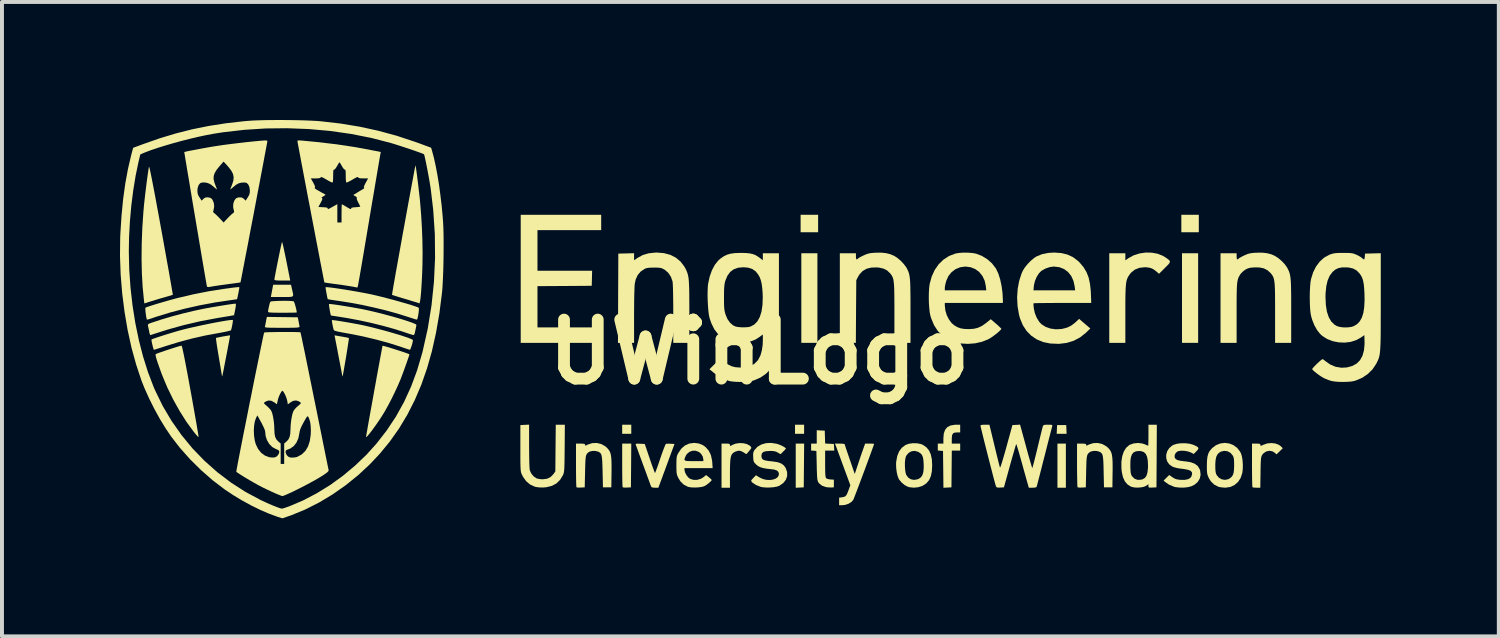
<source format=kicad_pcb>
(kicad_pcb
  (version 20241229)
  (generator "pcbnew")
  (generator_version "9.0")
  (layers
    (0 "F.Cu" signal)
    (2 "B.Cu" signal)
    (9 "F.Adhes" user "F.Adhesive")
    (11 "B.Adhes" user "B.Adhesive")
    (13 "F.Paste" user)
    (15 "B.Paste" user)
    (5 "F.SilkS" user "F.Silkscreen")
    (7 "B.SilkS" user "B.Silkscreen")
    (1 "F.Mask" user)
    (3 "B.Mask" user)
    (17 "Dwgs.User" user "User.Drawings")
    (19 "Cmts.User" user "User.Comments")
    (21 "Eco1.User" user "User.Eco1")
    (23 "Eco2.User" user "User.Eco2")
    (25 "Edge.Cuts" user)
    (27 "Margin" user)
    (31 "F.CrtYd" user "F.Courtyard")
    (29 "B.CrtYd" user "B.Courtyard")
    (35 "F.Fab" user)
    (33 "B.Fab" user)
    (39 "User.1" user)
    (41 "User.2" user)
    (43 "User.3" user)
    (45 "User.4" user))
  (footprint "UWinLogo"
    (layer "F.Cu")
    (at 16.25 5.895)
    (property "Reference" "UWinLogo" (at 0 0 0) (layer "F.SilkS") (effects (font (size 1.5 1.5) (thickness 0.3))))
    (attr board_only exclude_from_pos_files exclude_from_bom)
    (fp_poly (pts (xy -3.255 1.965) (xy -3.255 2.081) (xy -3.371 2.081) (xy -3.486 2.081) (xy -3.486 1.965) (xy -3.486 1.85) (xy -3.371 1.85) (xy -3.255 1.85)) (stroke (width 0) (type solid)) (fill yes) (layer "F.SilkS"))
    (fp_poly (pts (xy 1.134 2.886) (xy 1.129 3.442) (xy 1.027 3.447) (xy 0.925 3.452) (xy 0.925 2.891) (xy 0.925 2.33) (xy 1.032 2.33) (xy 1.139 2.33)) (stroke (width 0) (type solid)) (fill yes) (layer "F.SilkS"))
    (fp_poly (pts (xy 1.138 1.965) (xy 1.138 2.081) (xy 1.023 2.081) (xy 0.907 2.081) (xy 0.907 1.965) (xy 0.907 1.85) (xy 1.023 1.85) (xy 1.138 1.85)) (stroke (width 0) (type solid)) (fill yes) (layer "F.SilkS"))
    (fp_poly (pts (xy 1.476 -1.37) (xy 1.476 -0.231) (xy 1.272 -0.231) (xy 1.067 -0.231) (xy 1.067 -1.37) (xy 1.067 -2.508) (xy 1.272 -2.508) (xy 1.476 -2.508)) (stroke (width 0) (type solid)) (fill yes) (layer "F.SilkS"))
    (fp_poly (pts (xy 1.494 -3.264) (xy 1.494 -3.042) (xy 1.272 -3.042) (xy 1.049 -3.042) (xy 1.049 -3.264) (xy 1.049 -3.486) (xy 1.272 -3.486) (xy 1.494 -3.486)) (stroke (width 0) (type solid)) (fill yes) (layer "F.SilkS"))
    (fp_poly (pts (xy 7.791 2.89) (xy 7.791 3.451) (xy 7.684 3.451) (xy 7.577 3.451) (xy 7.577 2.89) (xy 7.577 2.33) (xy 7.684 2.33) (xy 7.791 2.33)) (stroke (width 0) (type solid)) (fill yes) (layer "F.SilkS"))
    (fp_poly (pts (xy 7.805 1.97) (xy 7.81 2.081) (xy 7.684 2.081) (xy 7.558 2.081) (xy 7.563 1.97) (xy 7.568 1.859) (xy 7.684 1.859) (xy 7.8 1.859)) (stroke (width 0) (type solid)) (fill yes) (layer "F.SilkS"))
    (fp_poly (pts (xy 11.153 -1.37) (xy 11.153 -0.231) (xy 10.948 -0.231) (xy 10.743 -0.231) (xy 10.743 -1.37) (xy 10.743 -2.508) (xy 10.948 -2.508) (xy 11.153 -2.508)) (stroke (width 0) (type solid)) (fill yes) (layer "F.SilkS"))
    (fp_poly (pts (xy 11.17 -3.264) (xy 11.17 -3.042) (xy 10.948 -3.042) (xy 10.726 -3.042) (xy 10.726 -3.264) (xy 10.726 -3.486) (xy 10.948 -3.486) (xy 11.17 -3.486)) (stroke (width 0) (type solid)) (fill yes) (layer "F.SilkS"))
    (fp_poly (pts (xy -3.259 2.886) (xy -3.264 3.442) (xy -3.362 3.447) (xy -3.419 3.448) (xy -3.46 3.444) (xy -3.474 3.44) (xy -3.477 3.419) (xy -3.48 3.368) (xy -3.482 3.29) (xy -3.484 3.189) (xy -3.485 3.071) (xy -3.486 2.939) (xy -3.486 2.879) (xy -3.486 2.33) (xy -3.37 2.33) (xy -3.255 2.33)) (stroke (width 0) (type solid)) (fill yes) (layer "F.SilkS"))
    (fp_poly (pts (xy -11.875 -1.581) (xy -11.859 -1.513) (xy -11.849 -1.464) (xy -11.851 -1.431) (xy -11.867 -1.41) (xy -11.904 -1.4) (xy -11.964 -1.396) (xy -12.052 -1.396) (xy -12.131 -1.396) (xy -12.416 -1.396) (xy -12.408 -1.441) (xy -12.4 -1.482) (xy -12.388 -1.543) (xy -12.378 -1.596) (xy -12.357 -1.708) (xy -12.13 -1.708) (xy -11.903 -1.708)) (stroke (width 0) (type solid)) (fill yes) (layer "F.SilkS"))
    (fp_poly (pts (xy -4.02 -3.291) (xy -4.02 -3.095) (xy -4.829 -3.095) (xy -5.639 -3.095) (xy -5.639 -2.579) (xy -5.639 -2.063) (xy -4.944 -2.063) (xy -4.25 -2.063) (xy -4.255 -1.872) (xy -4.26 -1.681) (xy -4.949 -1.676) (xy -5.639 -1.672) (xy -5.639 -1.147) (xy -5.639 -0.623) (xy -4.829 -0.623) (xy -4.02 -0.623) (xy -4.02 -0.427) (xy -4.02 -0.231) (xy -5.043 -0.231) (xy -6.065 -0.231) (xy -6.065 -1.859) (xy -6.065 -3.486) (xy -5.043 -3.486) (xy -4.02 -3.486)) (stroke (width 0) (type solid)) (fill yes) (layer "F.SilkS"))
    (fp_poly (pts (xy -12.125 -0.885) (xy -11.732 -0.88) (xy -11.71 -0.774) (xy -11.698 -0.712) (xy -11.69 -0.663) (xy -11.687 -0.64) (xy -11.691 -0.632) (xy -11.705 -0.626) (xy -11.734 -0.621) (xy -11.782 -0.617) (xy -11.852 -0.615) (xy -11.948 -0.614) (xy -12.074 -0.614) (xy -12.131 -0.614) (xy -12.269 -0.614) (xy -12.376 -0.615) (xy -12.454 -0.616) (xy -12.509 -0.619) (xy -12.544 -0.623) (xy -12.562 -0.629) (xy -12.568 -0.636) (xy -12.567 -0.64) (xy -12.56 -0.671) (xy -12.549 -0.725) (xy -12.539 -0.779) (xy -12.517 -0.89)) (stroke (width 0) (type solid)) (fill yes) (layer "F.SilkS"))
    (fp_poly (pts (xy -12.126 -2.783) (xy -12.114 -2.739) (xy -12.097 -2.669) (xy -12.077 -2.576) (xy -12.053 -2.465) (xy -12.028 -2.341) (xy -12.022 -2.312) (xy -11.923 -1.814) (xy -12.125 -1.814) (xy -12.218 -1.815) (xy -12.28 -1.819) (xy -12.315 -1.826) (xy -12.326 -1.836) (xy -12.326 -1.837) (xy -12.323 -1.863) (xy -12.314 -1.917) (xy -12.299 -1.994) (xy -12.281 -2.088) (xy -12.26 -2.194) (xy -12.238 -2.306) (xy -12.215 -2.418) (xy -12.193 -2.526) (xy -12.173 -2.622) (xy -12.155 -2.703) (xy -12.142 -2.761) (xy -12.134 -2.793) (xy -12.132 -2.797)) (stroke (width 0) (type solid)) (fill yes) (layer "F.SilkS"))
    (fp_poly (pts (xy -10.62 -0.391) (xy -10.544 -0.378) (xy -10.482 -0.366) (xy -10.443 -0.357) (xy -10.432 -0.353) (xy -10.433 -0.334) (xy -10.439 -0.286) (xy -10.45 -0.214) (xy -10.464 -0.124) (xy -10.48 -0.02) (xy -10.498 0.091) (xy -10.517 0.204) (xy -10.536 0.313) (xy -10.553 0.413) (xy -10.568 0.499) (xy -10.58 0.565) (xy -10.589 0.605) (xy -10.591 0.614) (xy -10.598 0.62) (xy -10.6 0.613) (xy -10.603 0.592) (xy -10.613 0.541) (xy -10.626 0.466) (xy -10.644 0.374) (xy -10.664 0.268) (xy -10.686 0.155) (xy -10.708 0.04) (xy -10.729 -0.072) (xy -10.749 -0.174) (xy -10.766 -0.262) (xy -10.779 -0.329) (xy -10.787 -0.371) (xy -10.788 -0.375) (xy -10.798 -0.422)) (stroke (width 0) (type solid)) (fill yes) (layer "F.SilkS"))
    (fp_poly (pts (xy 5.105 1.948) (xy 5.105 2.046) (xy 5.026 2.046) (xy 4.963 2.051) (xy 4.922 2.072) (xy 4.9 2.114) (xy 4.892 2.183) (xy 4.891 2.216) (xy 4.891 2.33) (xy 4.998 2.33) (xy 5.105 2.33) (xy 5.105 2.419) (xy 5.105 2.508) (xy 4.998 2.508) (xy 4.892 2.508) (xy 4.887 2.975) (xy 4.883 3.442) (xy 4.781 3.447) (xy 4.679 3.452) (xy 4.674 2.985) (xy 4.669 2.517) (xy 4.602 2.511) (xy 4.536 2.506) (xy 4.536 2.418) (xy 4.536 2.33) (xy 4.607 2.33) (xy 4.678 2.33) (xy 4.678 2.196) (xy 4.688 2.075) (xy 4.721 1.981) (xy 4.776 1.913) (xy 4.856 1.871) (xy 4.961 1.852) (xy 5.003 1.85) (xy 5.105 1.85)) (stroke (width 0) (type solid)) (fill yes) (layer "F.SilkS"))
    (fp_poly (pts (xy -13.452 -0.419) (xy -13.454 -0.402) (xy -13.462 -0.355) (xy -13.475 -0.283) (xy -13.492 -0.193) (xy -13.512 -0.088) (xy -13.533 0.025) (xy -13.556 0.141) (xy -13.578 0.255) (xy -13.599 0.362) (xy -13.617 0.457) (xy -13.633 0.534) (xy -13.644 0.587) (xy -13.65 0.613) (xy -13.651 0.614) (xy -13.658 0.618) (xy -13.659 0.61) (xy -13.662 0.588) (xy -13.671 0.535) (xy -13.684 0.457) (xy -13.7 0.358) (xy -13.72 0.243) (xy -13.74 0.122) (xy -13.761 -0.002) (xy -13.779 -0.115) (xy -13.794 -0.211) (xy -13.804 -0.286) (xy -13.81 -0.336) (xy -13.81 -0.355) (xy -13.79 -0.361) (xy -13.745 -0.371) (xy -13.684 -0.383) (xy -13.615 -0.396) (xy -13.549 -0.407) (xy -13.494 -0.416) (xy -13.459 -0.42)) (stroke (width 0) (type solid)) (fill yes) (layer "F.SilkS"))
    (fp_poly (pts (xy -12.02 -1.299) (xy -11.94 -1.297) (xy -11.878 -1.293) (xy -11.84 -1.287) (xy -11.833 -1.284) (xy -11.822 -1.263) (xy -11.806 -1.218) (xy -11.789 -1.159) (xy -11.773 -1.097) (xy -11.762 -1.042) (xy -11.757 -1.004) (xy -11.757 -1.004) (xy -11.774 -1.001) (xy -11.821 -0.999) (xy -11.894 -0.998) (xy -11.986 -0.997) (xy -12.092 -0.996) (xy -12.122 -0.996) (xy -12.249 -0.997) (xy -12.344 -0.998) (xy -12.411 -1.001) (xy -12.455 -1.005) (xy -12.479 -1.011) (xy -12.487 -1.019) (xy -12.487 -1.02) (xy -12.483 -1.061) (xy -12.472 -1.119) (xy -12.458 -1.182) (xy -12.444 -1.236) (xy -12.431 -1.272) (xy -12.428 -1.276) (xy -12.406 -1.284) (xy -12.355 -1.29) (xy -12.283 -1.294) (xy -12.199 -1.298) (xy -12.108 -1.299)) (stroke (width 0) (type solid)) (fill yes) (layer "F.SilkS"))
    (fp_poly (pts (xy -0.411 2.32) (xy -0.32 2.341) (xy -0.247 2.379) (xy -0.223 2.401) (xy -0.207 2.422) (xy -0.205 2.441) (xy -0.221 2.47) (xy -0.257 2.515) (xy -0.258 2.516) (xy -0.294 2.559) (xy -0.321 2.589) (xy -0.33 2.597) (xy -0.347 2.588) (xy -0.383 2.565) (xy -0.402 2.552) (xy -0.471 2.517) (xy -0.537 2.511) (xy -0.612 2.535) (xy -0.618 2.538) (xy -0.657 2.56) (xy -0.687 2.587) (xy -0.71 2.624) (xy -0.726 2.676) (xy -0.737 2.746) (xy -0.743 2.84) (xy -0.746 2.961) (xy -0.747 3.082) (xy -0.747 3.451) (xy -0.854 3.451) (xy -0.961 3.451) (xy -0.961 2.89) (xy -0.961 2.33) (xy -0.854 2.33) (xy -0.794 2.331) (xy -0.762 2.337) (xy -0.749 2.35) (xy -0.747 2.365) (xy -0.745 2.386) (xy -0.734 2.39) (xy -0.706 2.376) (xy -0.685 2.363) (xy -0.603 2.331) (xy -0.508 2.317)) (stroke (width 0) (type solid)) (fill yes) (layer "F.SilkS"))
    (fp_poly (pts (xy -13.304 -1.213) (xy -13.306 -1.17) (xy -13.319 -1.094) (xy -13.321 -1.081) (xy -13.351 -0.934) (xy -13.421 -0.921) (xy -13.463 -0.913) (xy -13.532 -0.902) (xy -13.62 -0.887) (xy -13.72 -0.871) (xy -13.776 -0.861) (xy -14.196 -0.783) (xy -14.625 -0.683) (xy -15.046 -0.566) (xy -15.257 -0.499) (xy -15.339 -0.472) (xy -15.408 -0.45) (xy -15.458 -0.434) (xy -15.481 -0.427) (xy -15.482 -0.427) (xy -15.49 -0.443) (xy -15.501 -0.484) (xy -15.511 -0.529) (xy -15.523 -0.592) (xy -15.535 -0.646) (xy -15.54 -0.669) (xy -15.54 -0.694) (xy -15.522 -0.713) (xy -15.478 -0.732) (xy -15.463 -0.737) (xy -15.208 -0.821) (xy -14.931 -0.903) (xy -14.643 -0.98) (xy -14.358 -1.048) (xy -14.105 -1.101) (xy -14.012 -1.118) (xy -13.906 -1.137) (xy -13.792 -1.156) (xy -13.677 -1.175) (xy -13.567 -1.193) (xy -13.469 -1.208) (xy -13.389 -1.219) (xy -13.333 -1.226) (xy -13.312 -1.227)) (stroke (width 0) (type solid)) (fill yes) (layer "F.SilkS"))
    (fp_poly (pts (xy 13.115 2.327) (xy 13.205 2.361) (xy 13.266 2.407) (xy 13.304 2.448) (xy 13.225 2.526) (xy 13.145 2.604) (xy 13.103 2.564) (xy 13.037 2.524) (xy 12.961 2.513) (xy 12.886 2.529) (xy 12.819 2.572) (xy 12.779 2.619) (xy 12.768 2.642) (xy 12.759 2.669) (xy 12.752 2.705) (xy 12.747 2.756) (xy 12.744 2.827) (xy 12.741 2.923) (xy 12.739 3.048) (xy 12.739 3.064) (xy 12.733 3.451) (xy 12.639 3.451) (xy 12.584 3.449) (xy 12.545 3.443) (xy 12.534 3.439) (xy 12.531 3.419) (xy 12.528 3.367) (xy 12.526 3.289) (xy 12.524 3.189) (xy 12.523 3.071) (xy 12.522 2.939) (xy 12.522 2.879) (xy 12.522 2.33) (xy 12.629 2.33) (xy 12.689 2.332) (xy 12.721 2.337) (xy 12.734 2.35) (xy 12.736 2.363) (xy 12.738 2.383) (xy 12.749 2.387) (xy 12.779 2.375) (xy 12.809 2.36) (xy 12.908 2.326) (xy 13.014 2.316)) (stroke (width 0) (type solid)) (fill yes) (layer "F.SilkS"))
    (fp_poly (pts (xy 1.561 1.996) (xy 1.663 2.001) (xy 1.668 2.165) (xy 1.673 2.328) (xy 1.784 2.334) (xy 1.894 2.339) (xy 1.9 2.423) (xy 1.905 2.508) (xy 1.789 2.508) (xy 1.672 2.508) (xy 1.672 2.843) (xy 1.673 2.975) (xy 1.675 3.075) (xy 1.68 3.145) (xy 1.687 3.188) (xy 1.694 3.206) (xy 1.731 3.228) (xy 1.796 3.24) (xy 1.805 3.241) (xy 1.894 3.246) (xy 1.894 3.344) (xy 1.894 3.442) (xy 1.823 3.445) (xy 1.757 3.443) (xy 1.691 3.435) (xy 1.687 3.434) (xy 1.591 3.399) (xy 1.517 3.338) (xy 1.499 3.313) (xy 1.488 3.292) (xy 1.48 3.263) (xy 1.473 3.221) (xy 1.468 3.16) (xy 1.464 3.077) (xy 1.46 2.966) (xy 1.459 2.891) (xy 1.45 2.517) (xy 1.383 2.511) (xy 1.316 2.506) (xy 1.316 2.418) (xy 1.316 2.33) (xy 1.387 2.33) (xy 1.459 2.33) (xy 1.459 2.16) (xy 1.459 1.99)) (stroke (width 0) (type solid)) (fill yes) (layer "F.SilkS"))
    (fp_poly (pts (xy 9.973 -2.523) (xy 10.122 -2.496) (xy 10.256 -2.443) (xy 10.318 -2.406) (xy 10.381 -2.362) (xy 10.42 -2.329) (xy 10.436 -2.299) (xy 10.428 -2.266) (xy 10.396 -2.224) (xy 10.339 -2.166) (xy 10.308 -2.135) (xy 10.159 -1.986) (xy 10.092 -2.045) (xy 10.015 -2.102) (xy 9.937 -2.136) (xy 9.844 -2.151) (xy 9.787 -2.152) (xy 9.656 -2.137) (xy 9.544 -2.092) (xy 9.452 -2.018) (xy 9.418 -1.976) (xy 9.391 -1.938) (xy 9.369 -1.902) (xy 9.351 -1.863) (xy 9.336 -1.818) (xy 9.325 -1.764) (xy 9.317 -1.697) (xy 9.311 -1.614) (xy 9.307 -1.511) (xy 9.304 -1.384) (xy 9.303 -1.23) (xy 9.303 -1.046) (xy 9.303 -0.964) (xy 9.303 -0.231) (xy 9.098 -0.231) (xy 8.894 -0.231) (xy 8.894 -1.37) (xy 8.894 -2.508) (xy 9.098 -2.508) (xy 9.303 -2.508) (xy 9.303 -2.418) (xy 9.303 -2.328) (xy 9.385 -2.385) (xy 9.517 -2.457) (xy 9.663 -2.503) (xy 9.818 -2.526)) (stroke (width 0) (type solid)) (fill yes) (layer "F.SilkS"))
    (fp_poly (pts (xy -14.679 -0.145) (xy -14.666 -0.1) (xy -14.649 -0.023) (xy -14.626 0.084) (xy -14.598 0.225) (xy -14.565 0.398) (xy -14.526 0.604) (xy -14.482 0.845) (xy -14.454 0.997) (xy -14.418 1.195) (xy -14.385 1.383) (xy -14.354 1.557) (xy -14.326 1.715) (xy -14.302 1.854) (xy -14.282 1.971) (xy -14.267 2.063) (xy -14.257 2.127) (xy -14.253 2.16) (xy -14.253 2.164) (xy -14.267 2.155) (xy -14.298 2.123) (xy -14.34 2.074) (xy -14.372 2.034) (xy -14.556 1.784) (xy -14.732 1.506) (xy -14.898 1.21) (xy -15.048 0.902) (xy -15.178 0.592) (xy -15.214 0.495) (xy -15.262 0.359) (xy -15.299 0.254) (xy -15.324 0.174) (xy -15.339 0.118) (xy -15.345 0.081) (xy -15.344 0.06) (xy -15.34 0.055) (xy -15.319 0.045) (xy -15.27 0.026) (xy -15.201 0.002) (xy -15.117 -0.027) (xy -15.026 -0.057) (xy -14.934 -0.087) (xy -14.847 -0.115) (xy -14.773 -0.137) (xy -14.718 -0.153) (xy -14.688 -0.16) (xy -14.686 -0.16)) (stroke (width 0) (type solid)) (fill yes) (layer "F.SilkS"))
    (fp_poly (pts (xy -10.845 -0.809) (xy -10.796 -0.804) (xy -10.724 -0.794) (xy -10.635 -0.78) (xy -10.534 -0.763) (xy -10.427 -0.745) (xy -10.32 -0.726) (xy -10.218 -0.707) (xy -10.129 -0.69) (xy -10.103 -0.684) (xy -9.976 -0.656) (xy -9.838 -0.623) (xy -9.694 -0.586) (xy -9.549 -0.548) (xy -9.405 -0.508) (xy -9.268 -0.468) (xy -9.141 -0.43) (xy -9.029 -0.394) (xy -8.935 -0.362) (xy -8.863 -0.334) (xy -8.819 -0.314) (xy -8.805 -0.301) (xy -8.81 -0.262) (xy -8.822 -0.208) (xy -8.839 -0.151) (xy -8.857 -0.099) (xy -8.873 -0.064) (xy -8.882 -0.055) (xy -8.907 -0.061) (xy -8.957 -0.077) (xy -9.024 -0.099) (xy -9.08 -0.119) (xy -9.392 -0.219) (xy -9.728 -0.312) (xy -10.077 -0.395) (xy -10.427 -0.464) (xy -10.51 -0.479) (xy -10.638 -0.502) (xy -10.732 -0.522) (xy -10.791 -0.539) (xy -10.814 -0.553) (xy -10.824 -0.581) (xy -10.836 -0.63) (xy -10.848 -0.688) (xy -10.858 -0.744) (xy -10.865 -0.788) (xy -10.865 -0.809) (xy -10.865 -0.809)) (stroke (width 0) (type solid)) (fill yes) (layer "F.SilkS"))
    (fp_poly (pts (xy -15.509 -4.702) (xy -15.5 -4.675) (xy -15.487 -4.621) (xy -15.47 -4.541) (xy -15.448 -4.432) (xy -15.421 -4.295) (xy -15.389 -4.127) (xy -15.351 -3.929) (xy -15.309 -3.698) (xy -15.26 -3.435) (xy -15.206 -3.138) (xy -15.2 -3.106) (xy -15.157 -2.869) (xy -15.116 -2.642) (xy -15.078 -2.428) (xy -15.042 -2.228) (xy -15.009 -2.046) (xy -14.981 -1.884) (xy -14.956 -1.743) (xy -14.936 -1.628) (xy -14.921 -1.54) (xy -14.911 -1.481) (xy -14.908 -1.454) (xy -14.908 -1.452) (xy -14.927 -1.445) (xy -14.972 -1.431) (xy -15.037 -1.412) (xy -15.092 -1.397) (xy -15.193 -1.368) (xy -15.308 -1.334) (xy -15.417 -1.3) (xy -15.451 -1.29) (xy -15.631 -1.233) (xy -15.642 -1.323) (xy -15.674 -1.646) (xy -15.694 -1.997) (xy -15.702 -2.368) (xy -15.698 -2.754) (xy -15.683 -3.15) (xy -15.656 -3.547) (xy -15.643 -3.7) (xy -15.632 -3.804) (xy -15.619 -3.923) (xy -15.604 -4.051) (xy -15.588 -4.182) (xy -15.572 -4.311) (xy -15.556 -4.431) (xy -15.541 -4.537) (xy -15.528 -4.623) (xy -15.518 -4.683) (xy -15.513 -4.705)) (stroke (width 0) (type solid)) (fill yes) (layer "F.SilkS"))
    (fp_poly (pts (xy -13.223 -1.646) (xy -13.216 -1.643) (xy -13.216 -1.641) (xy -13.219 -1.617) (xy -13.227 -1.57) (xy -13.238 -1.51) (xy -13.251 -1.447) (xy -13.262 -1.392) (xy -13.271 -1.353) (xy -13.274 -1.341) (xy -13.293 -1.337) (xy -13.338 -1.33) (xy -13.403 -1.321) (xy -13.438 -1.316) (xy -13.824 -1.259) (xy -14.217 -1.186) (xy -14.606 -1.099) (xy -14.982 -1) (xy -15.334 -0.892) (xy -15.367 -0.881) (xy -15.451 -0.852) (xy -15.507 -0.834) (xy -15.542 -0.824) (xy -15.56 -0.822) (xy -15.567 -0.826) (xy -15.571 -0.835) (xy -15.572 -0.84) (xy -15.582 -0.881) (xy -15.591 -0.939) (xy -15.599 -1.002) (xy -15.605 -1.061) (xy -15.606 -1.105) (xy -15.603 -1.123) (xy -15.58 -1.135) (xy -15.527 -1.154) (xy -15.45 -1.179) (xy -15.354 -1.209) (xy -15.245 -1.242) (xy -15.127 -1.276) (xy -15.005 -1.311) (xy -14.885 -1.344) (xy -14.772 -1.374) (xy -14.746 -1.38) (xy -14.371 -1.468) (xy -13.991 -1.542) (xy -13.634 -1.599) (xy -13.501 -1.617) (xy -13.399 -1.631) (xy -13.325 -1.64) (xy -13.273 -1.645) (xy -13.241 -1.647)) (stroke (width 0) (type solid)) (fill yes) (layer "F.SilkS"))
    (fp_poly (pts (xy -10.866 -1.214) (xy -10.791 -1.204) (xy -10.697 -1.191) (xy -10.59 -1.174) (xy -10.473 -1.155) (xy -10.354 -1.135) (xy -10.236 -1.114) (xy -10.125 -1.094) (xy -10.036 -1.076) (xy -9.898 -1.046) (xy -9.751 -1.011) (xy -9.601 -0.974) (xy -9.451 -0.934) (xy -9.304 -0.894) (xy -9.165 -0.854) (xy -9.038 -0.815) (xy -8.927 -0.779) (xy -8.835 -0.747) (xy -8.767 -0.72) (xy -8.726 -0.699) (xy -8.716 -0.688) (xy -8.721 -0.654) (xy -8.734 -0.588) (xy -8.756 -0.487) (xy -8.761 -0.467) (xy -8.776 -0.436) (xy -8.792 -0.428) (xy -8.816 -0.434) (xy -8.867 -0.45) (xy -8.936 -0.472) (xy -9.017 -0.5) (xy -9.018 -0.5) (xy -9.277 -0.583) (xy -9.561 -0.662) (xy -9.863 -0.737) (xy -10.17 -0.804) (xy -10.476 -0.861) (xy -10.6 -0.881) (xy -10.695 -0.896) (xy -10.778 -0.909) (xy -10.841 -0.918) (xy -10.879 -0.924) (xy -10.887 -0.925) (xy -10.894 -0.941) (xy -10.904 -0.982) (xy -10.915 -1.039) (xy -10.925 -1.101) (xy -10.934 -1.158) (xy -10.938 -1.2) (xy -10.937 -1.218) (xy -10.916 -1.219)) (stroke (width 0) (type solid)) (fill yes) (layer "F.SilkS"))
    (fp_poly (pts (xy -13.381 -0.811) (xy -13.38 -0.791) (xy -13.386 -0.748) (xy -13.395 -0.691) (xy -13.407 -0.633) (xy -13.419 -0.583) (xy -13.428 -0.553) (xy -13.43 -0.551) (xy -13.45 -0.542) (xy -13.5 -0.528) (xy -13.573 -0.512) (xy -13.664 -0.494) (xy -13.742 -0.48) (xy -14.089 -0.416) (xy -14.419 -0.341) (xy -14.748 -0.253) (xy -15.091 -0.148) (xy -15.111 -0.141) (xy -15.203 -0.111) (xy -15.282 -0.086) (xy -15.343 -0.067) (xy -15.38 -0.055) (xy -15.388 -0.053) (xy -15.396 -0.069) (xy -15.409 -0.111) (xy -15.425 -0.171) (xy -15.427 -0.18) (xy -15.441 -0.243) (xy -15.449 -0.291) (xy -15.45 -0.315) (xy -15.45 -0.315) (xy -15.428 -0.326) (xy -15.377 -0.345) (xy -15.303 -0.37) (xy -15.212 -0.4) (xy -15.109 -0.433) (xy -14.999 -0.467) (xy -14.889 -0.5) (xy -14.784 -0.531) (xy -14.737 -0.544) (xy -14.632 -0.572) (xy -14.511 -0.602) (xy -14.379 -0.632) (xy -14.239 -0.663) (xy -14.097 -0.693) (xy -13.956 -0.722) (xy -13.821 -0.748) (xy -13.696 -0.771) (xy -13.586 -0.79) (xy -13.495 -0.804) (xy -13.428 -0.812) (xy -13.389 -0.813)) (stroke (width 0) (type solid)) (fill yes) (layer "F.SilkS"))
    (fp_poly (pts (xy -3.041 2.333) (xy -3.032 2.334) (xy -2.912 2.339) (xy -2.787 2.708) (xy -2.75 2.816) (xy -2.717 2.911) (xy -2.688 2.989) (xy -2.667 3.045) (xy -2.654 3.074) (xy -2.652 3.077) (xy -2.643 3.061) (xy -2.626 3.016) (xy -2.6 2.947) (xy -2.569 2.859) (xy -2.534 2.756) (xy -2.519 2.711) (xy -2.482 2.603) (xy -2.447 2.507) (xy -2.417 2.428) (xy -2.393 2.371) (xy -2.378 2.34) (xy -2.374 2.336) (xy -2.346 2.333) (xy -2.294 2.332) (xy -2.254 2.334) (xy -2.156 2.339) (xy -2.258 2.615) (xy -2.303 2.737) (xy -2.354 2.877) (xy -2.406 3.019) (xy -2.454 3.147) (xy -2.462 3.171) (xy -2.566 3.451) (xy -2.653 3.451) (xy -2.707 3.448) (xy -2.737 3.438) (xy -2.753 3.416) (xy -2.755 3.411) (xy -2.765 3.384) (xy -2.785 3.329) (xy -2.814 3.249) (xy -2.851 3.15) (xy -2.892 3.036) (xy -2.938 2.911) (xy -2.949 2.882) (xy -2.995 2.756) (xy -3.038 2.64) (xy -3.075 2.538) (xy -3.105 2.455) (xy -3.127 2.395) (xy -3.139 2.363) (xy -3.14 2.36) (xy -3.144 2.344) (xy -3.133 2.335) (xy -3.101 2.332)) (stroke (width 0) (type solid)) (fill yes) (layer "F.SilkS"))
    (fp_poly (pts (xy -10.95 -1.643) (xy -10.872 -1.634) (xy -10.773 -1.621) (xy -10.658 -1.604) (xy -10.532 -1.584) (xy -10.399 -1.562) (xy -10.264 -1.539) (xy -10.131 -1.515) (xy -10.006 -1.492) (xy -9.892 -1.469) (xy -9.836 -1.457) (xy -9.721 -1.43) (xy -9.594 -1.399) (xy -9.459 -1.364) (xy -9.321 -1.328) (xy -9.184 -1.29) (xy -9.054 -1.253) (xy -8.935 -1.218) (xy -8.831 -1.187) (xy -8.747 -1.159) (xy -8.688 -1.138) (xy -8.659 -1.123) (xy -8.658 -1.123) (xy -8.653 -1.1) (xy -8.654 -1.053) (xy -8.661 -0.994) (xy -8.671 -0.931) (xy -8.682 -0.875) (xy -8.695 -0.834) (xy -8.705 -0.82) (xy -8.728 -0.826) (xy -8.778 -0.841) (xy -8.849 -0.864) (xy -8.933 -0.891) (xy -8.964 -0.901) (xy -9.214 -0.979) (xy -9.491 -1.055) (xy -9.784 -1.126) (xy -10.085 -1.192) (xy -10.383 -1.248) (xy -10.67 -1.294) (xy -10.698 -1.298) (xy -10.791 -1.311) (xy -10.87 -1.323) (xy -10.93 -1.333) (xy -10.964 -1.339) (xy -10.969 -1.34) (xy -10.975 -1.359) (xy -10.985 -1.403) (xy -10.996 -1.462) (xy -11.008 -1.525) (xy -11.018 -1.584) (xy -11.024 -1.627) (xy -11.025 -1.645) (xy -11.025 -1.645) (xy -11.003 -1.647)) (stroke (width 0) (type solid)) (fill yes) (layer "F.SilkS"))
    (fp_poly (pts (xy -9.559 -0.155) (xy -9.513 -0.143) (xy -9.446 -0.124) (xy -9.364 -0.099) (xy -9.274 -0.071) (xy -9.181 -0.041) (xy -9.091 -0.012) (xy -9.011 0.015) (xy -8.948 0.038) (xy -8.907 0.054) (xy -8.894 0.061) (xy -8.899 0.084) (xy -8.915 0.134) (xy -8.94 0.204) (xy -8.969 0.289) (xy -9.003 0.383) (xy -9.037 0.478) (xy -9.071 0.569) (xy -9.101 0.649) (xy -9.126 0.713) (xy -9.13 0.722) (xy -9.194 0.87) (xy -9.269 1.031) (xy -9.35 1.197) (xy -9.433 1.355) (xy -9.511 1.496) (xy -9.547 1.556) (xy -9.603 1.646) (xy -9.665 1.74) (xy -9.729 1.834) (xy -9.793 1.923) (xy -9.852 2.004) (xy -9.906 2.073) (xy -9.949 2.125) (xy -9.98 2.157) (xy -9.995 2.164) (xy -9.996 2.161) (xy -9.993 2.141) (xy -9.985 2.089) (xy -9.971 2.01) (xy -9.953 1.907) (xy -9.931 1.783) (xy -9.906 1.642) (xy -9.878 1.487) (xy -9.848 1.322) (xy -9.817 1.15) (xy -9.786 0.976) (xy -9.754 0.802) (xy -9.724 0.632) (xy -9.694 0.47) (xy -9.666 0.319) (xy -9.641 0.182) (xy -9.619 0.064) (xy -9.601 -0.033) (xy -9.588 -0.104) (xy -9.58 -0.147) (xy -9.577 -0.157)) (stroke (width 0) (type solid)) (fill yes) (layer "F.SilkS"))
    (fp_poly (pts (xy -5.852 2.396) (xy -5.851 2.55) (xy -5.849 2.689) (xy -5.847 2.808) (xy -5.843 2.904) (xy -5.839 2.973) (xy -5.833 3.01) (xy -5.833 3.01) (xy -5.796 3.091) (xy -5.738 3.162) (xy -5.668 3.21) (xy -5.662 3.213) (xy -5.61 3.227) (xy -5.543 3.236) (xy -5.504 3.237) (xy -5.394 3.223) (xy -5.304 3.178) (xy -5.232 3.104) (xy -5.229 3.1) (xy -5.185 3.035) (xy -5.18 2.443) (xy -5.174 1.85) (xy -5.058 1.85) (xy -4.943 1.85) (xy -4.948 2.45) (xy -4.95 2.613) (xy -4.951 2.745) (xy -4.953 2.848) (xy -4.956 2.929) (xy -4.959 2.99) (xy -4.964 3.036) (xy -4.97 3.07) (xy -4.977 3.097) (xy -4.986 3.121) (xy -4.991 3.131) (xy -5.064 3.251) (xy -5.157 3.342) (xy -5.272 3.404) (xy -5.409 3.438) (xy -5.485 3.445) (xy -5.59 3.444) (xy -5.676 3.433) (xy -5.707 3.425) (xy -5.826 3.37) (xy -5.925 3.287) (xy -6.006 3.175) (xy -6.042 3.104) (xy -6.051 3.081) (xy -6.058 3.054) (xy -6.064 3.019) (xy -6.068 2.971) (xy -6.071 2.907) (xy -6.073 2.823) (xy -6.074 2.714) (xy -6.074 2.577) (xy -6.074 2.446) (xy -6.074 1.859) (xy -5.963 1.853) (xy -5.852 1.848)) (stroke (width 0) (type solid)) (fill yes) (layer "F.SilkS"))
    (fp_poly (pts (xy -8.735 -4.724) (xy -8.727 -4.674) (xy -8.716 -4.599) (xy -8.703 -4.505) (xy -8.69 -4.397) (xy -8.675 -4.28) (xy -8.661 -4.159) (xy -8.647 -4.04) (xy -8.634 -3.928) (xy -8.624 -3.828) (xy -8.619 -3.771) (xy -8.594 -3.461) (xy -8.576 -3.144) (xy -8.564 -2.83) (xy -8.559 -2.53) (xy -8.562 -2.254) (xy -8.562 -2.241) (xy -8.567 -2.075) (xy -8.574 -1.912) (xy -8.582 -1.756) (xy -8.591 -1.613) (xy -8.6 -1.487) (xy -8.61 -1.385) (xy -8.62 -1.311) (xy -8.624 -1.289) (xy -8.636 -1.234) (xy -8.769 -1.276) (xy -8.842 -1.298) (xy -8.935 -1.327) (xy -9.037 -1.357) (xy -9.116 -1.381) (xy -9.198 -1.406) (xy -9.266 -1.427) (xy -9.314 -1.443) (xy -9.336 -1.451) (xy -9.336 -1.451) (xy -9.334 -1.469) (xy -9.326 -1.52) (xy -9.312 -1.6) (xy -9.294 -1.709) (xy -9.27 -1.843) (xy -9.243 -1.999) (xy -9.211 -2.176) (xy -9.176 -2.371) (xy -9.138 -2.582) (xy -9.098 -2.806) (xy -9.056 -3.04) (xy -9.044 -3.103) (xy -9.001 -3.34) (xy -8.96 -3.566) (xy -8.921 -3.78) (xy -8.884 -3.978) (xy -8.851 -4.159) (xy -8.821 -4.32) (xy -8.795 -4.459) (xy -8.774 -4.573) (xy -8.757 -4.66) (xy -8.746 -4.717) (xy -8.74 -4.743) (xy -8.74 -4.744)) (stroke (width 0) (type solid)) (fill yes) (layer "F.SilkS"))
    (fp_poly (pts (xy -4.02 2.34) (xy -3.919 2.396) (xy -3.875 2.434) (xy -3.839 2.474) (xy -3.81 2.515) (xy -3.788 2.562) (xy -3.773 2.62) (xy -3.763 2.693) (xy -3.758 2.786) (xy -3.756 2.905) (xy -3.757 3.053) (xy -3.757 3.077) (xy -3.762 3.442) (xy -3.869 3.442) (xy -3.975 3.442) (xy -3.984 3.042) (xy -3.988 2.901) (xy -3.992 2.791) (xy -3.998 2.708) (xy -4.007 2.647) (xy -4.019 2.604) (xy -4.036 2.575) (xy -4.06 2.554) (xy -4.09 2.538) (xy -4.104 2.532) (xy -4.171 2.516) (xy -4.244 2.517) (xy -4.31 2.532) (xy -4.34 2.549) (xy -4.365 2.57) (xy -4.384 2.592) (xy -4.399 2.619) (xy -4.409 2.656) (xy -4.416 2.709) (xy -4.421 2.781) (xy -4.425 2.878) (xy -4.428 3.005) (xy -4.429 3.04) (xy -4.438 3.442) (xy -4.536 3.447) (xy -4.593 3.448) (xy -4.634 3.444) (xy -4.648 3.44) (xy -4.651 3.419) (xy -4.654 3.368) (xy -4.656 3.29) (xy -4.658 3.189) (xy -4.659 3.071) (xy -4.66 2.939) (xy -4.66 2.879) (xy -4.66 2.33) (xy -4.545 2.33) (xy -4.48 2.332) (xy -4.444 2.338) (xy -4.43 2.351) (xy -4.429 2.357) (xy -4.428 2.376) (xy -4.418 2.381) (xy -4.391 2.371) (xy -4.357 2.353) (xy -4.247 2.318) (xy -4.132 2.314)) (stroke (width 0) (type solid)) (fill yes) (layer "F.SilkS"))
    (fp_poly (pts (xy 2.107 2.332) (xy 2.152 2.338) (xy 2.17 2.346) (xy 2.17 2.346) (xy 2.176 2.367) (xy 2.191 2.417) (xy 2.215 2.489) (xy 2.246 2.581) (xy 2.282 2.685) (xy 2.298 2.732) (xy 2.425 3.102) (xy 2.511 2.845) (xy 2.545 2.742) (xy 2.58 2.639) (xy 2.612 2.546) (xy 2.638 2.474) (xy 2.643 2.459) (xy 2.689 2.33) (xy 2.803 2.33) (xy 2.862 2.331) (xy 2.903 2.334) (xy 2.917 2.337) (xy 2.911 2.357) (xy 2.894 2.407) (xy 2.867 2.481) (xy 2.833 2.576) (xy 2.792 2.687) (xy 2.747 2.809) (xy 2.699 2.94) (xy 2.649 3.074) (xy 2.599 3.207) (xy 2.551 3.336) (xy 2.506 3.455) (xy 2.466 3.56) (xy 2.432 3.648) (xy 2.407 3.713) (xy 2.391 3.752) (xy 2.387 3.761) (xy 2.337 3.816) (xy 2.263 3.861) (xy 2.177 3.889) (xy 2.114 3.895) (xy 2.028 3.895) (xy 2.028 3.8) (xy 2.028 3.704) (xy 2.1 3.695) (xy 2.15 3.685) (xy 2.186 3.668) (xy 2.214 3.637) (xy 2.24 3.584) (xy 2.266 3.517) (xy 2.313 3.388) (xy 2.136 2.908) (xy 2.09 2.782) (xy 2.047 2.665) (xy 2.009 2.562) (xy 1.978 2.477) (xy 1.955 2.415) (xy 1.942 2.382) (xy 1.941 2.379) (xy 1.922 2.33) (xy 2.046 2.33)) (stroke (width 0) (type solid)) (fill yes) (layer "F.SilkS"))
    (fp_poly (pts (xy 8.715 2.34) (xy 8.816 2.396) (xy 8.86 2.434) (xy 8.897 2.474) (xy 8.926 2.515) (xy 8.947 2.562) (xy 8.963 2.62) (xy 8.972 2.693) (xy 8.978 2.786) (xy 8.98 2.905) (xy 8.979 3.053) (xy 8.978 3.077) (xy 8.974 3.442) (xy 8.867 3.442) (xy 8.76 3.442) (xy 8.751 3.042) (xy 8.748 2.901) (xy 8.744 2.791) (xy 8.738 2.708) (xy 8.729 2.647) (xy 8.717 2.604) (xy 8.699 2.575) (xy 8.676 2.554) (xy 8.646 2.538) (xy 8.631 2.532) (xy 8.565 2.516) (xy 8.491 2.517) (xy 8.426 2.532) (xy 8.396 2.549) (xy 8.371 2.57) (xy 8.351 2.592) (xy 8.337 2.619) (xy 8.327 2.656) (xy 8.319 2.709) (xy 8.314 2.781) (xy 8.311 2.878) (xy 8.307 3.005) (xy 8.307 3.04) (xy 8.298 3.442) (xy 8.199 3.447) (xy 8.143 3.448) (xy 8.101 3.444) (xy 8.088 3.44) (xy 8.085 3.419) (xy 8.082 3.368) (xy 8.08 3.29) (xy 8.078 3.189) (xy 8.076 3.071) (xy 8.075 2.939) (xy 8.075 2.879) (xy 8.075 2.33) (xy 8.191 2.33) (xy 8.256 2.332) (xy 8.292 2.338) (xy 8.306 2.351) (xy 8.307 2.357) (xy 8.308 2.376) (xy 8.318 2.381) (xy 8.344 2.371) (xy 8.379 2.353) (xy 8.489 2.318) (xy 8.603 2.314)) (stroke (width 0) (type solid)) (fill yes) (layer "F.SilkS"))
    (fp_poly (pts (xy 4.008 2.322) (xy 4.102 2.34) (xy 4.156 2.361) (xy 4.246 2.424) (xy 4.314 2.506) (xy 4.36 2.61) (xy 4.386 2.739) (xy 4.393 2.882) (xy 4.385 3.034) (xy 4.359 3.159) (xy 4.314 3.259) (xy 4.248 3.337) (xy 4.159 3.397) (xy 4.136 3.409) (xy 4.038 3.439) (xy 3.928 3.45) (xy 3.822 3.44) (xy 3.773 3.426) (xy 3.695 3.385) (xy 3.618 3.321) (xy 3.557 3.249) (xy 3.539 3.219) (xy 3.512 3.146) (xy 3.491 3.051) (xy 3.478 2.946) (xy 3.477 2.904) (xy 3.7 2.904) (xy 3.706 2.998) (xy 3.719 3.078) (xy 3.733 3.123) (xy 3.783 3.193) (xy 3.852 3.237) (xy 3.934 3.253) (xy 4.022 3.237) (xy 4.051 3.225) (xy 4.106 3.188) (xy 4.144 3.132) (xy 4.168 3.055) (xy 4.178 2.952) (xy 4.177 2.853) (xy 4.17 2.749) (xy 4.157 2.673) (xy 4.133 2.618) (xy 4.096 2.577) (xy 4.043 2.543) (xy 4.031 2.537) (xy 3.951 2.515) (xy 3.87 2.525) (xy 3.798 2.563) (xy 3.742 2.627) (xy 3.724 2.662) (xy 3.709 2.724) (xy 3.7 2.808) (xy 3.7 2.904) (xy 3.477 2.904) (xy 3.475 2.845) (xy 3.478 2.793) (xy 3.505 2.647) (xy 3.552 2.529) (xy 3.62 2.437) (xy 3.711 2.368) (xy 3.725 2.361) (xy 3.805 2.333) (xy 3.904 2.32)) (stroke (width 0) (type solid)) (fill yes) (layer "F.SilkS"))
    (fp_poly (pts (xy -2.425 -2.511) (xy -2.264 -2.468) (xy -2.123 -2.397) (xy -2.004 -2.298) (xy -1.908 -2.173) (xy -1.878 -2.119) (xy -1.855 -2.073) (xy -1.837 -2.029) (xy -1.822 -1.984) (xy -1.809 -1.933) (xy -1.799 -1.873) (xy -1.792 -1.801) (xy -1.787 -1.712) (xy -1.783 -1.604) (xy -1.781 -1.473) (xy -1.78 -1.316) (xy -1.779 -1.128) (xy -1.779 -1.018) (xy -1.779 -0.231) (xy -1.983 -0.231) (xy -2.188 -0.231) (xy -2.188 -0.969) (xy -2.188 -1.163) (xy -2.19 -1.336) (xy -2.192 -1.486) (xy -2.195 -1.61) (xy -2.199 -1.705) (xy -2.203 -1.769) (xy -2.207 -1.794) (xy -2.247 -1.909) (xy -2.313 -2.009) (xy -2.4 -2.085) (xy -2.413 -2.093) (xy -2.456 -2.116) (xy -2.495 -2.131) (xy -2.54 -2.139) (xy -2.601 -2.143) (xy -2.677 -2.143) (xy -2.769 -2.142) (xy -2.835 -2.136) (xy -2.883 -2.125) (xy -2.917 -2.11) (xy -3.017 -2.042) (xy -3.09 -1.956) (xy -3.14 -1.849) (xy -3.165 -1.741) (xy -3.17 -1.696) (xy -3.173 -1.62) (xy -3.177 -1.518) (xy -3.18 -1.392) (xy -3.182 -1.249) (xy -3.183 -1.092) (xy -3.184 -0.929) (xy -3.184 -0.231) (xy -3.389 -0.231) (xy -3.593 -0.231) (xy -3.589 -1.365) (xy -3.584 -2.499) (xy -3.384 -2.504) (xy -3.184 -2.509) (xy -3.184 -2.419) (xy -3.184 -2.33) (xy -3.093 -2.392) (xy -2.962 -2.463) (xy -2.813 -2.507) (xy -2.643 -2.525) (xy -2.606 -2.526)) (stroke (width 0) (type solid)) (fill yes) (layer "F.SilkS"))
    (fp_poly (pts (xy 3.224 -2.51) (xy 3.331 -2.483) (xy 3.425 -2.443) (xy 3.506 -2.392) (xy 3.591 -2.32) (xy 3.67 -2.236) (xy 3.733 -2.153) (xy 3.751 -2.121) (xy 3.771 -2.079) (xy 3.789 -2.039) (xy 3.803 -1.997) (xy 3.814 -1.949) (xy 3.823 -1.893) (xy 3.83 -1.824) (xy 3.835 -1.739) (xy 3.838 -1.635) (xy 3.84 -1.508) (xy 3.842 -1.355) (xy 3.842 -1.171) (xy 3.842 -1.037) (xy 3.842 -0.231) (xy 3.637 -0.231) (xy 3.433 -0.231) (xy 3.433 -0.993) (xy 3.433 -1.192) (xy 3.432 -1.36) (xy 3.43 -1.498) (xy 3.428 -1.612) (xy 3.423 -1.703) (xy 3.416 -1.775) (xy 3.408 -1.833) (xy 3.396 -1.878) (xy 3.381 -1.915) (xy 3.363 -1.947) (xy 3.341 -1.978) (xy 3.325 -1.997) (xy 3.249 -2.07) (xy 3.157 -2.117) (xy 3.045 -2.143) (xy 2.988 -2.148) (xy 2.845 -2.144) (xy 2.724 -2.114) (xy 2.625 -2.056) (xy 2.546 -1.971) (xy 2.513 -1.917) (xy 2.464 -1.823) (xy 2.458 -1.027) (xy 2.453 -0.231) (xy 2.249 -0.231) (xy 2.046 -0.231) (xy 2.046 -1.37) (xy 2.046 -2.508) (xy 2.25 -2.508) (xy 2.455 -2.508) (xy 2.455 -2.428) (xy 2.459 -2.372) (xy 2.472 -2.35) (xy 2.495 -2.361) (xy 2.506 -2.372) (xy 2.531 -2.391) (xy 2.579 -2.418) (xy 2.641 -2.449) (xy 2.654 -2.455) (xy 2.721 -2.484) (xy 2.779 -2.502) (xy 2.84 -2.513) (xy 2.919 -2.52) (xy 2.962 -2.522) (xy 3.104 -2.523)) (stroke (width 0) (type solid)) (fill yes) (layer "F.SilkS"))
    (fp_poly (pts (xy 11.944 2.327) (xy 12.05 2.369) (xy 12.143 2.437) (xy 12.217 2.531) (xy 12.242 2.579) (xy 12.265 2.652) (xy 12.281 2.749) (xy 12.289 2.858) (xy 12.288 2.967) (xy 12.277 3.064) (xy 12.274 3.081) (xy 12.233 3.204) (xy 12.166 3.306) (xy 12.078 3.382) (xy 11.972 3.432) (xy 11.851 3.45) (xy 11.84 3.45) (xy 11.768 3.445) (xy 11.699 3.435) (xy 11.664 3.425) (xy 11.559 3.371) (xy 11.475 3.288) (xy 11.425 3.206) (xy 11.404 3.16) (xy 11.389 3.119) (xy 11.381 3.074) (xy 11.376 3.016) (xy 11.375 2.936) (xy 11.375 2.9) (xy 11.589 2.9) (xy 11.591 2.988) (xy 11.597 3.05) (xy 11.608 3.096) (xy 11.625 3.131) (xy 11.682 3.198) (xy 11.755 3.239) (xy 11.837 3.252) (xy 11.918 3.235) (xy 11.948 3.22) (xy 11.997 3.182) (xy 12.032 3.136) (xy 12.054 3.074) (xy 12.065 2.99) (xy 12.068 2.882) (xy 12.067 2.791) (xy 12.063 2.728) (xy 12.054 2.682) (xy 12.04 2.646) (xy 12.032 2.632) (xy 11.975 2.565) (xy 11.9 2.525) (xy 11.817 2.514) (xy 11.733 2.534) (xy 11.688 2.56) (xy 11.645 2.603) (xy 11.615 2.662) (xy 11.597 2.744) (xy 11.589 2.853) (xy 11.589 2.9) (xy 11.375 2.9) (xy 11.375 2.89) (xy 11.378 2.765) (xy 11.389 2.667) (xy 11.409 2.589) (xy 11.442 2.524) (xy 11.49 2.465) (xy 11.513 2.441) (xy 11.61 2.368) (xy 11.719 2.326) (xy 11.832 2.312)) (stroke (width 0) (type solid)) (fill yes) (layer "F.SilkS"))
    (fp_poly (pts (xy 10.099 2.646) (xy 10.094 3.442) (xy 9.992 3.447) (xy 9.934 3.449) (xy 9.904 3.446) (xy 9.892 3.433) (xy 9.89 3.408) (xy 9.89 3.407) (xy 9.89 3.361) (xy 9.835 3.401) (xy 9.778 3.427) (xy 9.7 3.443) (xy 9.611 3.449) (xy 9.525 3.444) (xy 9.453 3.427) (xy 9.445 3.423) (xy 9.358 3.369) (xy 9.291 3.29) (xy 9.243 3.186) (xy 9.213 3.054) (xy 9.203 2.956) (xy 9.203 2.908) (xy 9.43 2.908) (xy 9.43 2.921) (xy 9.434 3.011) (xy 9.44 3.073) (xy 9.45 3.115) (xy 9.464 3.147) (xy 9.473 3.16) (xy 9.538 3.223) (xy 9.615 3.252) (xy 9.704 3.247) (xy 9.745 3.235) (xy 9.801 3.202) (xy 9.841 3.144) (xy 9.866 3.059) (xy 9.878 2.944) (xy 9.879 2.899) (xy 9.874 2.767) (xy 9.855 2.665) (xy 9.822 2.592) (xy 9.773 2.545) (xy 9.705 2.522) (xy 9.648 2.518) (xy 9.571 2.527) (xy 9.512 2.554) (xy 9.471 2.603) (xy 9.444 2.676) (xy 9.431 2.776) (xy 9.43 2.908) (xy 9.203 2.908) (xy 9.202 2.795) (xy 9.223 2.653) (xy 9.263 2.533) (xy 9.322 2.437) (xy 9.399 2.37) (xy 9.418 2.359) (xy 9.516 2.325) (xy 9.626 2.314) (xy 9.733 2.327) (xy 9.792 2.346) (xy 9.841 2.367) (xy 9.874 2.381) (xy 9.883 2.383) (xy 9.885 2.367) (xy 9.887 2.321) (xy 9.889 2.251) (xy 9.89 2.164) (xy 9.89 2.117) (xy 9.89 1.85) (xy 9.997 1.85) (xy 10.103 1.85)) (stroke (width 0) (type solid)) (fill yes) (layer "F.SilkS"))
    (fp_poly (pts (xy 10.944 2.335) (xy 11.039 2.363) (xy 11.041 2.364) (xy 11.111 2.398) (xy 11.15 2.425) (xy 11.16 2.453) (xy 11.143 2.487) (xy 11.109 2.525) (xy 11.041 2.594) (xy 10.969 2.556) (xy 10.897 2.53) (xy 10.811 2.514) (xy 10.726 2.51) (xy 10.655 2.52) (xy 10.638 2.525) (xy 10.588 2.562) (xy 10.559 2.615) (xy 10.555 2.672) (xy 10.562 2.694) (xy 10.587 2.726) (xy 10.633 2.75) (xy 10.705 2.767) (xy 10.807 2.78) (xy 10.831 2.782) (xy 10.964 2.803) (xy 11.067 2.842) (xy 11.142 2.899) (xy 11.191 2.977) (xy 11.204 3.017) (xy 11.216 3.123) (xy 11.194 3.22) (xy 11.142 3.306) (xy 11.061 3.375) (xy 10.98 3.415) (xy 10.889 3.438) (xy 10.78 3.449) (xy 10.668 3.447) (xy 10.568 3.434) (xy 10.539 3.426) (xy 10.41 3.371) (xy 10.318 3.308) (xy 10.275 3.271) (xy 10.346 3.199) (xy 10.418 3.128) (xy 10.499 3.185) (xy 10.553 3.218) (xy 10.606 3.238) (xy 10.673 3.248) (xy 10.704 3.251) (xy 10.817 3.251) (xy 10.901 3.234) (xy 10.958 3.199) (xy 10.983 3.162) (xy 11 3.102) (xy 10.993 3.056) (xy 10.96 3.021) (xy 10.897 2.996) (xy 10.803 2.978) (xy 10.755 2.972) (xy 10.626 2.954) (xy 10.529 2.927) (xy 10.497 2.914) (xy 10.419 2.858) (xy 10.367 2.784) (xy 10.342 2.7) (xy 10.342 2.611) (xy 10.367 2.524) (xy 10.417 2.446) (xy 10.492 2.381) (xy 10.524 2.363) (xy 10.611 2.335) (xy 10.718 2.321) (xy 10.833 2.321)) (stroke (width 0) (type solid)) (fill yes) (layer "F.SilkS"))
    (fp_poly (pts (xy -1.537 2.327) (xy -1.431 2.371) (xy -1.362 2.422) (xy -1.285 2.511) (xy -1.231 2.622) (xy -1.201 2.759) (xy -1.196 2.814) (xy -1.187 2.953) (xy -1.545 2.953) (xy -1.903 2.953) (xy -1.903 2.993) (xy -1.89 3.057) (xy -1.855 3.127) (xy -1.808 3.188) (xy -1.761 3.225) (xy -1.673 3.252) (xy -1.577 3.251) (xy -1.484 3.223) (xy -1.423 3.186) (xy -1.352 3.129) (xy -1.281 3.186) (xy -1.24 3.221) (xy -1.214 3.248) (xy -1.21 3.256) (xy -1.223 3.277) (xy -1.257 3.31) (xy -1.303 3.349) (xy -1.352 3.385) (xy -1.392 3.409) (xy -1.449 3.428) (xy -1.53 3.441) (xy -1.621 3.446) (xy -1.71 3.445) (xy -1.786 3.435) (xy -1.819 3.426) (xy -1.925 3.37) (xy -2.008 3.287) (xy -2.057 3.206) (xy -2.079 3.161) (xy -2.093 3.121) (xy -2.102 3.077) (xy -2.106 3.021) (xy -2.108 2.944) (xy -2.108 2.882) (xy -2.107 2.787) (xy -2.105 2.728) (xy -1.903 2.728) (xy -1.898 2.752) (xy -1.873 2.766) (xy -1.824 2.773) (xy -1.747 2.775) (xy -1.663 2.775) (xy -1.423 2.775) (xy -1.423 2.729) (xy -1.439 2.657) (xy -1.481 2.589) (xy -1.535 2.543) (xy -1.615 2.512) (xy -1.699 2.512) (xy -1.776 2.539) (xy -1.839 2.592) (xy -1.87 2.64) (xy -1.892 2.692) (xy -1.903 2.728) (xy -2.105 2.728) (xy -2.105 2.719) (xy -2.099 2.67) (xy -2.089 2.631) (xy -2.073 2.594) (xy -2.06 2.57) (xy -1.984 2.459) (xy -1.892 2.378) (xy -1.783 2.329) (xy -1.66 2.312) (xy -1.658 2.312)) (stroke (width 0) (type solid)) (fill yes) (layer "F.SilkS"))
    (fp_poly (pts (xy 12.907 -2.509) (xy 13.016 -2.48) (xy 13.098 -2.444) (xy 13.185 -2.389) (xy 13.274 -2.314) (xy 13.354 -2.23) (xy 13.414 -2.146) (xy 13.422 -2.13) (xy 13.444 -2.087) (xy 13.462 -2.046) (xy 13.477 -2.003) (xy 13.489 -1.956) (xy 13.498 -1.9) (xy 13.505 -1.833) (xy 13.511 -1.75) (xy 13.514 -1.649) (xy 13.516 -1.525) (xy 13.518 -1.376) (xy 13.518 -1.197) (xy 13.518 -1.037) (xy 13.518 -0.231) (xy 13.314 -0.231) (xy 13.109 -0.231) (xy 13.109 -0.993) (xy 13.109 -1.193) (xy 13.108 -1.36) (xy 13.107 -1.499) (xy 13.104 -1.613) (xy 13.099 -1.704) (xy 13.092 -1.777) (xy 13.083 -1.835) (xy 13.071 -1.88) (xy 13.056 -1.918) (xy 13.037 -1.95) (xy 13.014 -1.981) (xy 12.995 -2.004) (xy 12.915 -2.077) (xy 12.822 -2.124) (xy 12.71 -2.147) (xy 12.593 -2.149) (xy 12.509 -2.143) (xy 12.448 -2.133) (xy 12.398 -2.115) (xy 12.356 -2.093) (xy 12.297 -2.05) (xy 12.245 -1.998) (xy 12.227 -1.975) (xy 12.205 -1.94) (xy 12.186 -1.906) (xy 12.171 -1.87) (xy 12.159 -1.828) (xy 12.149 -1.777) (xy 12.142 -1.712) (xy 12.137 -1.631) (xy 12.134 -1.53) (xy 12.132 -1.406) (xy 12.131 -1.255) (xy 12.131 -1.073) (xy 12.131 -0.984) (xy 12.131 -0.231) (xy 11.926 -0.231) (xy 11.722 -0.231) (xy 11.722 -1.37) (xy 11.722 -2.508) (xy 11.926 -2.508) (xy 12.131 -2.508) (xy 12.131 -2.428) (xy 12.135 -2.372) (xy 12.148 -2.35) (xy 12.172 -2.361) (xy 12.182 -2.372) (xy 12.207 -2.391) (xy 12.255 -2.418) (xy 12.317 -2.449) (xy 12.33 -2.455) (xy 12.397 -2.484) (xy 12.455 -2.502) (xy 12.517 -2.513) (xy 12.596 -2.52) (xy 12.638 -2.522) (xy 12.784 -2.523)) (stroke (width 0) (type solid)) (fill yes) (layer "F.SilkS"))
    (fp_poly (pts (xy 0.433 2.333) (xy 0.462 2.34) (xy 0.521 2.362) (xy 0.582 2.389) (xy 0.633 2.418) (xy 0.667 2.443) (xy 0.676 2.455) (xy 0.664 2.472) (xy 0.634 2.505) (xy 0.607 2.532) (xy 0.539 2.599) (xy 0.47 2.558) (xy 0.423 2.535) (xy 0.373 2.522) (xy 0.305 2.517) (xy 0.264 2.517) (xy 0.169 2.523) (xy 0.105 2.541) (xy 0.068 2.574) (xy 0.054 2.623) (xy 0.053 2.634) (xy 0.057 2.681) (xy 0.072 2.716) (xy 0.102 2.741) (xy 0.153 2.759) (xy 0.23 2.772) (xy 0.337 2.783) (xy 0.342 2.784) (xy 0.463 2.802) (xy 0.555 2.835) (xy 0.623 2.884) (xy 0.671 2.952) (xy 0.671 2.952) (xy 0.706 3.055) (xy 0.707 3.155) (xy 0.675 3.248) (xy 0.61 3.33) (xy 0.515 3.398) (xy 0.507 3.402) (xy 0.445 3.424) (xy 0.359 3.439) (xy 0.261 3.446) (xy 0.163 3.446) (xy 0.076 3.438) (xy 0.027 3.427) (xy -0.086 3.381) (xy -0.166 3.329) (xy -0.186 3.31) (xy -0.204 3.287) (xy -0.207 3.268) (xy -0.191 3.244) (xy -0.153 3.204) (xy -0.153 3.203) (xy -0.085 3.134) (xy 0.002 3.189) (xy 0.087 3.229) (xy 0.177 3.251) (xy 0.267 3.255) (xy 0.35 3.244) (xy 0.42 3.218) (xy 0.471 3.178) (xy 0.496 3.125) (xy 0.498 3.105) (xy 0.486 3.052) (xy 0.448 3.015) (xy 0.382 2.991) (xy 0.308 2.981) (xy 0.189 2.968) (xy 0.098 2.952) (xy 0.028 2.931) (xy -0.027 2.904) (xy -0.074 2.867) (xy -0.078 2.864) (xy -0.116 2.826) (xy -0.139 2.793) (xy -0.15 2.753) (xy -0.155 2.694) (xy -0.156 2.674) (xy -0.158 2.604) (xy -0.153 2.557) (xy -0.138 2.519) (xy -0.121 2.491) (xy -0.045 2.409) (xy 0.053 2.352) (xy 0.169 2.319) (xy 0.298 2.312)) (stroke (width 0) (type solid)) (fill yes) (layer "F.SilkS"))
    (fp_poly (pts (xy 7.675 -2.513) (xy 7.832 -2.475) (xy 7.971 -2.41) (xy 8.097 -2.315) (xy 8.144 -2.269) (xy 8.241 -2.153) (xy 8.315 -2.03) (xy 8.369 -1.892) (xy 8.404 -1.734) (xy 8.424 -1.55) (xy 8.427 -1.49) (xy 8.436 -1.245) (xy 7.707 -1.245) (xy 7.55 -1.245) (xy 7.403 -1.244) (xy 7.272 -1.243) (xy 7.16 -1.242) (xy 7.07 -1.241) (xy 7.007 -1.239) (xy 6.974 -1.237) (xy 6.97 -1.236) (xy 6.967 -1.215) (xy 6.97 -1.169) (xy 6.976 -1.108) (xy 6.976 -1.107) (xy 7.003 -0.985) (xy 7.05 -0.869) (xy 7.112 -0.768) (xy 7.171 -0.704) (xy 7.275 -0.638) (xy 7.399 -0.594) (xy 7.536 -0.575) (xy 7.678 -0.583) (xy 7.701 -0.587) (xy 7.821 -0.618) (xy 7.923 -0.666) (xy 8.019 -0.739) (xy 8.042 -0.76) (xy 8.128 -0.84) (xy 8.27 -0.718) (xy 8.413 -0.596) (xy 8.298 -0.485) (xy 8.152 -0.369) (xy 7.989 -0.283) (xy 7.809 -0.229) (xy 7.613 -0.205) (xy 7.403 -0.214) (xy 7.395 -0.214) (xy 7.214 -0.251) (xy 7.052 -0.318) (xy 6.911 -0.413) (xy 6.792 -0.534) (xy 6.696 -0.682) (xy 6.625 -0.854) (xy 6.6 -0.947) (xy 6.563 -1.164) (xy 6.552 -1.384) (xy 6.564 -1.565) (xy 6.968 -1.565) (xy 7.497 -1.565) (xy 8.027 -1.565) (xy 8.016 -1.659) (xy 7.984 -1.806) (xy 7.927 -1.931) (xy 7.846 -2.032) (xy 7.745 -2.107) (xy 7.624 -2.154) (xy 7.487 -2.17) (xy 7.485 -2.17) (xy 7.38 -2.156) (xy 7.269 -2.118) (xy 7.17 -2.061) (xy 7.162 -2.055) (xy 7.102 -1.992) (xy 7.048 -1.905) (xy 7.006 -1.805) (xy 6.981 -1.702) (xy 6.977 -1.674) (xy 6.968 -1.565) (xy 6.564 -1.565) (xy 6.566 -1.6) (xy 6.604 -1.805) (xy 6.665 -1.993) (xy 6.701 -2.072) (xy 6.751 -2.15) (xy 6.821 -2.236) (xy 6.901 -2.318) (xy 6.983 -2.387) (xy 7.041 -2.425) (xy 7.184 -2.484) (xy 7.347 -2.517) (xy 7.497 -2.526)) (stroke (width 0) (type solid)) (fill yes) (layer "F.SilkS"))
    (fp_poly (pts (xy 5.304 -2.523) (xy 5.416 -2.514) (xy 5.504 -2.499) (xy 5.652 -2.443) (xy 5.791 -2.359) (xy 5.912 -2.252) (xy 6.008 -2.128) (xy 6.017 -2.113) (xy 6.074 -1.993) (xy 6.121 -1.845) (xy 6.157 -1.677) (xy 6.181 -1.497) (xy 6.19 -1.312) (xy 6.19 -1.303) (xy 6.19 -1.245) (xy 5.452 -1.245) (xy 4.714 -1.245) (xy 4.714 -1.178) (xy 4.727 -1.058) (xy 4.763 -0.938) (xy 4.818 -0.827) (xy 4.888 -0.733) (xy 4.952 -0.678) (xy 5.033 -0.63) (xy 5.116 -0.6) (xy 5.211 -0.584) (xy 5.328 -0.58) (xy 5.45 -0.588) (xy 5.554 -0.613) (xy 5.653 -0.658) (xy 5.755 -0.729) (xy 5.783 -0.751) (xy 5.882 -0.832) (xy 6.014 -0.719) (xy 6.071 -0.669) (xy 6.116 -0.626) (xy 6.145 -0.597) (xy 6.151 -0.589) (xy 6.141 -0.569) (xy 6.107 -0.534) (xy 6.057 -0.489) (xy 5.996 -0.44) (xy 5.931 -0.392) (xy 5.868 -0.35) (xy 5.814 -0.319) (xy 5.659 -0.258) (xy 5.486 -0.219) (xy 5.305 -0.205) (xy 5.149 -0.213) (xy 4.963 -0.251) (xy 4.799 -0.317) (xy 4.657 -0.41) (xy 4.538 -0.53) (xy 4.441 -0.679) (xy 4.368 -0.854) (xy 4.349 -0.916) (xy 4.331 -1.001) (xy 4.319 -1.112) (xy 4.31 -1.239) (xy 4.307 -1.373) (xy 4.309 -1.504) (xy 4.316 -1.623) (xy 4.316 -1.626) (xy 4.714 -1.626) (xy 4.714 -1.565) (xy 5.241 -1.565) (xy 5.768 -1.565) (xy 5.757 -1.673) (xy 5.727 -1.811) (xy 5.67 -1.931) (xy 5.589 -2.031) (xy 5.488 -2.106) (xy 5.37 -2.153) (xy 5.239 -2.17) (xy 5.238 -2.17) (xy 5.108 -2.153) (xy 4.989 -2.105) (xy 4.887 -2.029) (xy 4.806 -1.928) (xy 4.751 -1.807) (xy 4.751 -1.806) (xy 4.732 -1.736) (xy 4.718 -1.67) (xy 4.714 -1.626) (xy 4.316 -1.626) (xy 4.328 -1.72) (xy 4.329 -1.728) (xy 4.381 -1.916) (xy 4.458 -2.084) (xy 4.558 -2.228) (xy 4.679 -2.346) (xy 4.82 -2.437) (xy 4.978 -2.499) (xy 4.985 -2.501) (xy 5.075 -2.516) (xy 5.186 -2.524)) (stroke (width 0) (type solid)) (fill yes) (layer "F.SilkS"))
    (fp_poly (pts (xy 6.778 2.4) (xy 6.814 2.534) (xy 6.848 2.656) (xy 6.879 2.763) (xy 6.904 2.849) (xy 6.923 2.912) (xy 6.935 2.947) (xy 6.938 2.953) (xy 6.944 2.936) (xy 6.957 2.889) (xy 6.977 2.816) (xy 7.001 2.721) (xy 7.029 2.609) (xy 7.06 2.483) (xy 7.07 2.441) (xy 7.101 2.31) (xy 7.131 2.188) (xy 7.157 2.081) (xy 7.179 1.993) (xy 7.195 1.929) (xy 7.205 1.894) (xy 7.206 1.89) (xy 7.218 1.868) (xy 7.238 1.856) (xy 7.277 1.851) (xy 7.338 1.85) (xy 7.401 1.851) (xy 7.435 1.855) (xy 7.447 1.865) (xy 7.446 1.881) (xy 7.44 1.904) (xy 7.426 1.959) (xy 7.405 2.04) (xy 7.378 2.144) (xy 7.346 2.268) (xy 7.31 2.408) (xy 7.272 2.56) (xy 7.249 2.65) (xy 7.208 2.807) (xy 7.171 2.955) (xy 7.137 3.088) (xy 7.107 3.204) (xy 7.082 3.299) (xy 7.064 3.369) (xy 7.053 3.41) (xy 7.051 3.42) (xy 7.037 3.438) (xy 7.005 3.448) (xy 6.947 3.451) (xy 6.945 3.451) (xy 6.849 3.451) (xy 6.825 3.366) (xy 6.814 3.327) (xy 6.794 3.258) (xy 6.769 3.167) (xy 6.738 3.057) (xy 6.704 2.935) (xy 6.669 2.807) (xy 6.634 2.684) (xy 6.603 2.573) (xy 6.575 2.479) (xy 6.553 2.407) (xy 6.537 2.359) (xy 6.529 2.341) (xy 6.529 2.341) (xy 6.522 2.36) (xy 6.507 2.409) (xy 6.485 2.484) (xy 6.457 2.581) (xy 6.424 2.695) (xy 6.388 2.823) (xy 6.368 2.896) (xy 6.217 3.442) (xy 6.123 3.447) (xy 6.067 3.449) (xy 6.036 3.442) (xy 6.019 3.425) (xy 6.013 3.412) (xy 6.005 3.386) (xy 5.989 3.33) (xy 5.967 3.249) (xy 5.94 3.147) (xy 5.91 3.029) (xy 5.876 2.898) (xy 5.84 2.759) (xy 5.804 2.617) (xy 5.768 2.476) (xy 5.734 2.34) (xy 5.702 2.213) (xy 5.674 2.1) (xy 5.651 2.005) (xy 5.633 1.933) (xy 5.623 1.888) (xy 5.621 1.874) (xy 5.631 1.86) (xy 5.667 1.852) (xy 5.732 1.85) (xy 5.735 1.85) (xy 5.848 1.85) (xy 5.976 2.379) (xy 6.008 2.512) (xy 6.038 2.635) (xy 6.065 2.743) (xy 6.087 2.832) (xy 6.104 2.897) (xy 6.114 2.934) (xy 6.115 2.94) (xy 6.123 2.932) (xy 6.14 2.892) (xy 6.163 2.82) (xy 6.194 2.718) (xy 6.232 2.588) (xy 6.276 2.431) (xy 6.28 2.415) (xy 6.433 1.859) (xy 6.53 1.854) (xy 6.627 1.848)) (stroke (width 0) (type solid)) (fill yes) (layer "F.SilkS"))
    (fp_poly (pts (xy -0.345 -2.514) (xy -0.246 -2.505) (xy -0.165 -2.487) (xy -0.094 -2.459) (xy -0.026 -2.417) (xy 0.01 -2.391) (xy 0.089 -2.33) (xy 0.089 -2.419) (xy 0.089 -2.508) (xy 0.293 -2.508) (xy 0.498 -2.508) (xy 0.498 -1.307) (xy 0.498 -1.054) (xy 0.498 -0.834) (xy 0.497 -0.644) (xy 0.495 -0.482) (xy 0.493 -0.344) (xy 0.49 -0.228) (xy 0.485 -0.13) (xy 0.479 -0.049) (xy 0.471 0.018) (xy 0.461 0.075) (xy 0.449 0.124) (xy 0.435 0.168) (xy 0.419 0.209) (xy 0.399 0.251) (xy 0.379 0.291) (xy 0.288 0.434) (xy 0.17 0.555) (xy 0.028 0.652) (xy -0.134 0.722) (xy -0.19 0.738) (xy -0.268 0.752) (xy -0.368 0.76) (xy -0.479 0.763) (xy -0.591 0.76) (xy -0.69 0.752) (xy -0.767 0.739) (xy -0.77 0.738) (xy -0.934 0.675) (xy -1.095 0.577) (xy -1.154 0.532) (xy -1.267 0.44) (xy -1.133 0.306) (xy -0.998 0.172) (xy -0.903 0.245) (xy -0.801 0.316) (xy -0.709 0.362) (xy -0.613 0.388) (xy -0.503 0.396) (xy -0.48 0.397) (xy -0.339 0.387) (xy -0.224 0.357) (xy -0.13 0.305) (xy -0.052 0.229) (xy -0.021 0.185) (xy 0.029 0.086) (xy 0.064 -0.039) (xy 0.085 -0.183) (xy 0.089 -0.292) (xy 0.089 -0.444) (xy 0.01 -0.384) (xy -0.09 -0.319) (xy -0.194 -0.276) (xy -0.313 -0.251) (xy -0.455 -0.242) (xy -0.462 -0.242) (xy -0.642 -0.253) (xy -0.799 -0.292) (xy -0.934 -0.357) (xy -1.049 -0.452) (xy -1.144 -0.575) (xy -1.22 -0.729) (xy -1.264 -0.857) (xy -1.281 -0.935) (xy -1.295 -1.04) (xy -1.305 -1.163) (xy -1.312 -1.296) (xy -1.315 -1.387) (xy -0.898 -1.387) (xy -0.898 -1.27) (xy -0.896 -1.18) (xy -0.892 -1.111) (xy -0.885 -1.055) (xy -0.874 -1.006) (xy -0.86 -0.954) (xy -0.857 -0.946) (xy -0.81 -0.835) (xy -0.745 -0.743) (xy -0.668 -0.676) (xy -0.605 -0.646) (xy -0.54 -0.633) (xy -0.456 -0.626) (xy -0.367 -0.626) (xy -0.286 -0.631) (xy -0.229 -0.643) (xy -0.131 -0.694) (xy -0.051 -0.775) (xy 0.011 -0.886) (xy 0.055 -1.026) (xy 0.08 -1.195) (xy 0.087 -1.391) (xy 0.084 -1.485) (xy 0.074 -1.62) (xy 0.06 -1.728) (xy 0.04 -1.815) (xy 0.013 -1.891) (xy -0.023 -1.958) (xy -0.092 -2.047) (xy -0.178 -2.107) (xy -0.285 -2.142) (xy -0.408 -2.152) (xy -0.541 -2.14) (xy -0.651 -2.1) (xy -0.74 -2.034) (xy -0.811 -1.937) (xy -0.864 -1.811) (xy -0.866 -1.804) (xy -0.878 -1.756) (xy -0.887 -1.702) (xy -0.893 -1.636) (xy -0.897 -1.55) (xy -0.898 -1.438) (xy -0.898 -1.387) (xy -1.315 -1.387) (xy -1.316 -1.43) (xy -1.314 -1.557) (xy -1.309 -1.667) (xy -1.301 -1.736) (xy -1.261 -1.918) (xy -1.203 -2.08) (xy -1.128 -2.219) (xy -1.038 -2.33) (xy -0.983 -2.377) (xy -0.901 -2.433) (xy -0.818 -2.472) (xy -0.727 -2.498) (xy -0.619 -2.512) (xy -0.486 -2.517) (xy -0.471 -2.517)) (stroke (width 0) (type solid)) (fill yes) (layer "F.SilkS"))
    (fp_poly (pts (xy 14.94 -2.516) (xy 15.01 -2.514) (xy 15.063 -2.508) (xy 15.105 -2.498) (xy 15.148 -2.482) (xy 15.185 -2.466) (xy 15.246 -2.435) (xy 15.297 -2.404) (xy 15.325 -2.381) (xy 15.356 -2.354) (xy 15.375 -2.355) (xy 15.386 -2.389) (xy 15.389 -2.423) (xy 15.395 -2.499) (xy 15.595 -2.504) (xy 15.795 -2.509) (xy 15.795 -1.277) (xy 15.795 -1.025) (xy 15.794 -0.806) (xy 15.794 -0.618) (xy 15.793 -0.456) (xy 15.791 -0.32) (xy 15.788 -0.205) (xy 15.783 -0.109) (xy 15.778 -0.03) (xy 15.771 0.036) (xy 15.762 0.09) (xy 15.751 0.136) (xy 15.738 0.177) (xy 15.722 0.215) (xy 15.704 0.253) (xy 15.683 0.293) (xy 15.677 0.305) (xy 15.585 0.443) (xy 15.465 0.561) (xy 15.324 0.657) (xy 15.164 0.725) (xy 15.117 0.739) (xy 15.04 0.753) (xy 14.94 0.76) (xy 14.827 0.763) (xy 14.715 0.76) (xy 14.615 0.751) (xy 14.537 0.738) (xy 14.537 0.737) (xy 14.465 0.714) (xy 14.386 0.682) (xy 14.35 0.665) (xy 14.293 0.633) (xy 14.23 0.591) (xy 14.167 0.545) (xy 14.112 0.501) (xy 14.071 0.463) (xy 14.052 0.438) (xy 14.052 0.435) (xy 14.064 0.415) (xy 14.097 0.378) (xy 14.143 0.33) (xy 14.197 0.278) (xy 14.253 0.228) (xy 14.278 0.206) (xy 14.304 0.187) (xy 14.324 0.186) (xy 14.352 0.204) (xy 14.38 0.228) (xy 14.509 0.319) (xy 14.648 0.378) (xy 14.796 0.402) (xy 14.935 0.394) (xy 15.071 0.357) (xy 15.182 0.296) (xy 15.268 0.21) (xy 15.33 0.097) (xy 15.368 -0.041) (xy 15.383 -0.205) (xy 15.382 -0.274) (xy 15.377 -0.428) (xy 15.302 -0.373) (xy 15.176 -0.302) (xy 15.034 -0.256) (xy 14.882 -0.237) (xy 14.728 -0.243) (xy 14.576 -0.273) (xy 14.435 -0.327) (xy 14.311 -0.405) (xy 14.254 -0.457) (xy 14.176 -0.555) (xy 14.107 -0.679) (xy 14.051 -0.818) (xy 14.021 -0.926) (xy 14.007 -1.012) (xy 13.997 -1.125) (xy 13.992 -1.256) (xy 13.99 -1.393) (xy 14.39 -1.393) (xy 14.399 -1.193) (xy 14.426 -1.023) (xy 14.473 -0.882) (xy 14.538 -0.772) (xy 14.622 -0.691) (xy 14.683 -0.656) (xy 14.759 -0.634) (xy 14.853 -0.623) (xy 14.954 -0.624) (xy 15.047 -0.636) (xy 15.11 -0.656) (xy 15.195 -0.708) (xy 15.263 -0.78) (xy 15.315 -0.874) (xy 15.352 -0.992) (xy 15.374 -1.136) (xy 15.383 -1.31) (xy 15.381 -1.465) (xy 15.374 -1.607) (xy 15.363 -1.72) (xy 15.346 -1.81) (xy 15.322 -1.884) (xy 15.289 -1.948) (xy 15.256 -1.994) (xy 15.183 -2.069) (xy 15.096 -2.118) (xy 14.989 -2.144) (xy 14.932 -2.149) (xy 14.816 -2.149) (xy 14.723 -2.132) (xy 14.646 -2.097) (xy 14.576 -2.039) (xy 14.565 -2.028) (xy 14.496 -1.935) (xy 14.444 -1.815) (xy 14.41 -1.669) (xy 14.392 -1.493) (xy 14.39 -1.393) (xy 13.99 -1.393) (xy 13.99 -1.395) (xy 13.992 -1.533) (xy 13.999 -1.663) (xy 14.009 -1.774) (xy 14.022 -1.85) (xy 14.074 -2.02) (xy 14.149 -2.17) (xy 14.244 -2.297) (xy 14.357 -2.398) (xy 14.486 -2.469) (xy 14.499 -2.474) (xy 14.552 -2.492) (xy 14.602 -2.505) (xy 14.658 -2.512) (xy 14.73 -2.516) (xy 14.826 -2.517) (xy 14.843 -2.517)) (stroke (width 0) (type solid)) (fill yes) (layer "F.SilkS"))
    (fp_poly (pts (xy -12.516 -5.371) (xy -12.505 -5.362) (xy -12.504 -5.355) (xy -12.508 -5.335) (xy -12.517 -5.284) (xy -12.532 -5.203) (xy -12.552 -5.096) (xy -12.577 -4.965) (xy -12.605 -4.813) (xy -12.637 -4.644) (xy -12.672 -4.46) (xy -12.709 -4.263) (xy -12.749 -4.057) (xy -12.789 -3.845) (xy -12.83 -3.628) (xy -12.871 -3.411) (xy -12.913 -3.196) (xy -12.953 -2.986) (xy -12.991 -2.783) (xy -13.028 -2.591) (xy -13.063 -2.412) (xy -13.094 -2.249) (xy -13.122 -2.105) (xy -13.145 -1.983) (xy -13.164 -1.885) (xy -13.178 -1.815) (xy -13.186 -1.775) (xy -13.188 -1.767) (xy -13.205 -1.764) (xy -13.251 -1.757) (xy -13.321 -1.747) (xy -13.409 -1.735) (xy -13.474 -1.727) (xy -13.584 -1.712) (xy -13.694 -1.697) (xy -13.794 -1.682) (xy -13.873 -1.67) (xy -13.896 -1.666) (xy -13.965 -1.654) (xy -14.007 -1.649) (xy -14.029 -1.652) (xy -14.039 -1.664) (xy -14.043 -1.679) (xy -14.048 -1.704) (xy -14.058 -1.761) (xy -14.073 -1.846) (xy -14.092 -1.957) (xy -14.115 -2.09) (xy -14.141 -2.244) (xy -14.17 -2.414) (xy -14.201 -2.599) (xy -14.234 -2.794) (xy -14.268 -2.998) (xy -14.304 -3.207) (xy -14.339 -3.418) (xy -14.375 -3.629) (xy -14.41 -3.837) (xy -14.443 -4.038) (xy -14.454 -4.099) (xy -14.283 -4.099) (xy -14.277 -4.029) (xy -14.255 -3.969) (xy -14.229 -3.927) (xy -14.175 -3.845) (xy -14.131 -3.889) (xy -14.092 -3.919) (xy -14.047 -3.929) (xy -14.012 -3.928) (xy -13.958 -3.918) (xy -13.921 -3.894) (xy -13.897 -3.862) (xy -13.865 -3.787) (xy -13.856 -3.698) (xy -13.871 -3.611) (xy -13.874 -3.601) (xy -13.883 -3.563) (xy -13.869 -3.538) (xy -13.852 -3.526) (xy -13.821 -3.5) (xy -13.775 -3.456) (xy -13.723 -3.403) (xy -13.714 -3.394) (xy -13.617 -3.289) (xy -13.519 -3.394) (xy -13.467 -3.447) (xy -13.419 -3.493) (xy -13.384 -3.522) (xy -13.38 -3.525) (xy -13.352 -3.55) (xy -13.351 -3.58) (xy -13.358 -3.601) (xy -13.375 -3.687) (xy -13.369 -3.776) (xy -13.34 -3.854) (xy -13.335 -3.862) (xy -13.301 -3.903) (xy -13.261 -3.922) (xy -13.22 -3.928) (xy -13.163 -3.926) (xy -13.123 -3.908) (xy -13.101 -3.889) (xy -13.057 -3.845) (xy -13.003 -3.927) (xy -12.967 -3.991) (xy -12.951 -4.052) (xy -12.949 -4.099) (xy -12.959 -4.184) (xy -12.986 -4.25) (xy -13.027 -4.293) (xy -13.069 -4.306) (xy -13.158 -4.304) (xy -13.232 -4.286) (xy -13.303 -4.247) (xy -13.377 -4.186) (xy -13.416 -4.152) (xy -13.441 -4.133) (xy -13.447 -4.13) (xy -13.441 -4.15) (xy -13.425 -4.192) (xy -13.403 -4.248) (xy -13.37 -4.348) (xy -13.361 -4.437) (xy -13.377 -4.521) (xy -13.421 -4.607) (xy -13.493 -4.701) (xy -13.524 -4.736) (xy -13.617 -4.838) (xy -13.713 -4.729) (xy -13.792 -4.632) (xy -13.843 -4.548) (xy -13.869 -4.47) (xy -13.871 -4.391) (xy -13.85 -4.304) (xy -13.829 -4.248) (xy -13.807 -4.191) (xy -13.791 -4.149) (xy -13.785 -4.13) (xy -13.797 -4.137) (xy -13.827 -4.161) (xy -13.855 -4.186) (xy -13.935 -4.251) (xy -14.008 -4.289) (xy -14.085 -4.307) (xy -14.163 -4.307) (xy -14.213 -4.288) (xy -14.252 -4.24) (xy -14.276 -4.169) (xy -14.283 -4.099) (xy -14.454 -4.099) (xy -14.475 -4.229) (xy -14.505 -4.409) (xy -14.533 -4.573) (xy -14.557 -4.72) (xy -14.578 -4.845) (xy -14.595 -4.947) (xy -14.607 -5.022) (xy -14.614 -5.067) (xy -14.616 -5.08) (xy -14.596 -5.086) (xy -14.546 -5.098) (xy -14.473 -5.113) (xy -14.382 -5.13) (xy -14.278 -5.15) (xy -14.167 -5.171) (xy -14.055 -5.191) (xy -13.947 -5.21) (xy -13.85 -5.226) (xy -13.785 -5.236) (xy -13.625 -5.26) (xy -13.44 -5.284) (xy -13.242 -5.308) (xy -13.043 -5.331) (xy -12.852 -5.351) (xy -12.682 -5.367) (xy -12.669 -5.368) (xy -12.591 -5.374) (xy -12.542 -5.375)) (stroke (width 0) (type solid)) (fill yes) (layer "F.SilkS"))
    (fp_poly (pts (xy -11.949 -5.893) (xy -11.749 -5.89) (xy -11.559 -5.885) (xy -11.386 -5.878) (xy -11.236 -5.87) (xy -11.153 -5.863) (xy -10.645 -5.805) (xy -10.159 -5.725) (xy -9.686 -5.622) (xy -9.219 -5.495) (xy -8.751 -5.34) (xy -8.639 -5.3) (xy -8.342 -5.19) (xy -8.316 -5.102) (xy -8.27 -4.928) (xy -8.225 -4.724) (xy -8.182 -4.496) (xy -8.142 -4.25) (xy -8.107 -3.99) (xy -8.075 -3.724) (xy -8.05 -3.456) (xy -8.038 -3.301) (xy -8.032 -3.175) (xy -8.027 -3.021) (xy -8.025 -2.847) (xy -8.025 -2.658) (xy -8.026 -2.461) (xy -8.029 -2.263) (xy -8.034 -2.07) (xy -8.041 -1.888) (xy -8.049 -1.724) (xy -8.058 -1.585) (xy -8.066 -1.503) (xy -8.132 -0.98) (xy -8.218 -0.486) (xy -8.322 -0.02) (xy -8.447 0.42) (xy -8.592 0.835) (xy -8.759 1.226) (xy -8.947 1.596) (xy -9.157 1.945) (xy -9.39 2.275) (xy -9.647 2.588) (xy -9.899 2.855) (xy -10.197 3.133) (xy -10.515 3.389) (xy -10.846 3.621) (xy -11.188 3.826) (xy -11.535 4.002) (xy -11.885 4.147) (xy -11.98 4.18) (xy -12.125 4.229) (xy -12.248 4.19) (xy -12.455 4.114) (xy -12.679 4.018) (xy -12.912 3.904) (xy -13.146 3.776) (xy -13.373 3.639) (xy -13.586 3.497) (xy -13.589 3.495) (xy -13.895 3.262) (xy -14.191 3.003) (xy -14.47 2.727) (xy -14.727 2.438) (xy -14.945 2.157) (xy -15.092 1.94) (xy -15.239 1.699) (xy -15.38 1.442) (xy -15.511 1.181) (xy -15.626 0.924) (xy -15.704 0.729) (xy -15.838 0.326) (xy -15.956 -0.102) (xy -16.055 -0.551) (xy -16.134 -1.014) (xy -16.194 -1.486) (xy -16.233 -1.962) (xy -16.25 -2.435) (xy -16.249 -2.552) (xy -16.026 -2.552) (xy -16.015 -2.093) (xy -15.983 -1.634) (xy -15.931 -1.178) (xy -15.86 -0.731) (xy -15.77 -0.297) (xy -15.663 0.119) (xy -15.539 0.513) (xy -15.399 0.88) (xy -15.357 0.978) (xy -15.164 1.374) (xy -14.94 1.752) (xy -14.688 2.111) (xy -14.41 2.449) (xy -14.106 2.764) (xy -13.779 3.055) (xy -13.43 3.32) (xy -13.062 3.557) (xy -12.675 3.764) (xy -12.662 3.77) (xy -12.559 3.818) (xy -12.455 3.865) (xy -12.355 3.907) (xy -12.266 3.942) (xy -12.195 3.968) (xy -12.146 3.982) (xy -12.134 3.983) (xy -12.109 3.978) (xy -12.058 3.962) (xy -11.991 3.939) (xy -11.941 3.921) (xy -11.593 3.773) (xy -11.248 3.592) (xy -10.909 3.383) (xy -10.583 3.147) (xy -10.272 2.887) (xy -9.981 2.608) (xy -9.731 2.33) (xy -9.469 1.993) (xy -9.236 1.642) (xy -9.031 1.272) (xy -8.852 0.882) (xy -8.699 0.47) (xy -8.57 0.033) (xy -8.559 -0.009) (xy -8.428 -0.592) (xy -8.332 -1.183) (xy -8.27 -1.783) (xy -8.242 -2.387) (xy -8.248 -2.997) (xy -8.289 -3.609) (xy -8.352 -4.144) (xy -8.366 -4.233) (xy -8.383 -4.336) (xy -8.403 -4.448) (xy -8.424 -4.564) (xy -8.446 -4.678) (xy -8.467 -4.785) (xy -8.487 -4.878) (xy -8.503 -4.953) (xy -8.516 -5.004) (xy -8.524 -5.025) (xy -8.545 -5.035) (xy -8.594 -5.054) (xy -8.667 -5.08) (xy -8.756 -5.112) (xy -8.858 -5.147) (xy -8.966 -5.183) (xy -9.076 -5.219) (xy -9.18 -5.253) (xy -9.275 -5.283) (xy -9.354 -5.307) (xy -9.363 -5.31) (xy -9.861 -5.439) (xy -10.379 -5.541) (xy -10.911 -5.617) (xy -11.453 -5.665) (xy -12.001 -5.686) (xy -12.549 -5.68) (xy -13.094 -5.645) (xy -13.631 -5.583) (xy -13.856 -5.548) (xy -14.041 -5.514) (xy -14.244 -5.471) (xy -14.457 -5.421) (xy -14.675 -5.366) (xy -14.891 -5.307) (xy -15.099 -5.246) (xy -15.293 -5.186) (xy -15.467 -5.127) (xy -15.613 -5.072) (xy -15.655 -5.054) (xy -15.734 -5.02) (xy -15.782 -4.818) (xy -15.853 -4.477) (xy -15.913 -4.109) (xy -15.962 -3.725) (xy -15.997 -3.33) (xy -16.019 -2.934) (xy -16.026 -2.552) (xy -16.249 -2.552) (xy -16.245 -2.9) (xy -16.241 -2.999) (xy -16.212 -3.454) (xy -16.171 -3.879) (xy -16.116 -4.277) (xy -16.048 -4.649) (xy -15.966 -5) (xy -15.961 -5.018) (xy -15.916 -5.188) (xy -15.673 -5.278) (xy -15.246 -5.428) (xy -14.829 -5.554) (xy -14.413 -5.659) (xy -13.992 -5.744) (xy -13.556 -5.812) (xy -13.097 -5.864) (xy -13.002 -5.872) (xy -12.877 -5.881) (xy -12.724 -5.887) (xy -12.547 -5.892) (xy -12.355 -5.894) (xy -12.154 -5.895)) (stroke (width 0) (type solid)) (fill yes) (layer "F.SilkS"))
    (fp_poly (pts (xy -11.67 -5.375) (xy -11.616 -5.371) (xy -11.54 -5.364) (xy -11.438 -5.354) (xy -11.306 -5.341) (xy -11.241 -5.335) (xy -10.745 -5.277) (xy -10.274 -5.206) (xy -9.947 -5.146) (xy -9.621 -5.081) (xy -9.631 -5.035) (xy -9.635 -5.011) (xy -9.645 -4.955) (xy -9.66 -4.868) (xy -9.679 -4.754) (xy -9.703 -4.615) (xy -9.73 -4.454) (xy -9.761 -4.273) (xy -9.794 -4.074) (xy -9.831 -3.86) (xy -9.869 -3.634) (xy -9.909 -3.398) (xy -9.916 -3.353) (xy -9.964 -3.069) (xy -10.006 -2.819) (xy -10.043 -2.599) (xy -10.075 -2.408) (xy -10.103 -2.245) (xy -10.127 -2.106) (xy -10.147 -1.99) (xy -10.163 -1.895) (xy -10.177 -1.818) (xy -10.188 -1.759) (xy -10.196 -1.714) (xy -10.203 -1.681) (xy -10.208 -1.66) (xy -10.212 -1.646) (xy -10.216 -1.64) (xy -10.218 -1.637) (xy -10.221 -1.638) (xy -10.223 -1.638) (xy -10.246 -1.642) (xy -10.294 -1.651) (xy -10.358 -1.663) (xy -10.37 -1.665) (xy -10.437 -1.676) (xy -10.528 -1.69) (xy -10.634 -1.706) (xy -10.743 -1.721) (xy -10.778 -1.725) (xy -10.872 -1.738) (xy -10.952 -1.749) (xy -11.013 -1.758) (xy -11.049 -1.764) (xy -11.055 -1.766) (xy -11.059 -1.784) (xy -11.069 -1.834) (xy -11.085 -1.914) (xy -11.105 -2.02) (xy -11.13 -2.15) (xy -11.16 -2.301) (xy -11.192 -2.47) (xy -11.227 -2.653) (xy -11.265 -2.849) (xy -11.304 -3.055) (xy -11.345 -3.267) (xy -11.386 -3.483) (xy -11.427 -3.7) (xy -11.469 -3.916) (xy -11.509 -4.126) (xy -11.547 -4.329) (xy -11.563 -4.411) (xy -11.4 -4.411) (xy -11.338 -4.302) (xy -11.304 -4.235) (xy -11.291 -4.193) (xy -11.295 -4.18) (xy -11.304 -4.17) (xy -11.298 -4.158) (xy -11.274 -4.139) (xy -11.228 -4.11) (xy -11.154 -4.069) (xy -11.146 -4.064) (xy -11.024 -3.997) (xy -11.066 -3.964) (xy -11.102 -3.941) (xy -11.126 -3.931) (xy -11.129 -3.923) (xy -11.118 -3.914) (xy -11.107 -3.9) (xy -11.11 -3.876) (xy -11.128 -3.833) (xy -11.15 -3.791) (xy -11.207 -3.684) (xy -11.086 -3.678) (xy -11.016 -3.673) (xy -10.979 -3.663) (xy -10.97 -3.651) (xy -10.971 -3.635) (xy -10.962 -3.631) (xy -10.937 -3.64) (xy -10.89 -3.664) (xy -10.84 -3.692) (xy -10.726 -3.756) (xy -10.726 -3.523) (xy -10.726 -3.291) (xy -10.672 -3.291) (xy -10.619 -3.291) (xy -10.619 -3.522) (xy -10.618 -3.608) (xy -10.617 -3.679) (xy -10.614 -3.73) (xy -10.611 -3.752) (xy -10.611 -3.753) (xy -10.593 -3.745) (xy -10.553 -3.722) (xy -10.5 -3.691) (xy -10.5 -3.691) (xy -10.436 -3.653) (xy -10.397 -3.634) (xy -10.377 -3.632) (xy -10.373 -3.644) (xy -10.374 -3.651) (xy -10.364 -3.664) (xy -10.324 -3.673) (xy -10.258 -3.678) (xy -10.198 -3.683) (xy -10.157 -3.689) (xy -10.142 -3.696) (xy -10.142 -3.696) (xy -10.153 -3.717) (xy -10.175 -3.76) (xy -10.198 -3.804) (xy -10.227 -3.866) (xy -10.234 -3.903) (xy -10.229 -3.912) (xy -10.23 -3.927) (xy -10.257 -3.951) (xy -10.266 -3.956) (xy -10.321 -3.989) (xy -10.23 -4.044) (xy -10.169 -4.082) (xy -10.11 -4.117) (xy -10.081 -4.133) (xy -10.048 -4.157) (xy -10.042 -4.173) (xy -10.046 -4.175) (xy -10.053 -4.19) (xy -10.042 -4.226) (xy -10.012 -4.287) (xy -10.006 -4.297) (xy -9.944 -4.411) (xy -10.067 -4.411) (xy -10.136 -4.413) (xy -10.176 -4.42) (xy -10.193 -4.432) (xy -10.195 -4.438) (xy -10.206 -4.446) (xy -10.233 -4.439) (xy -10.282 -4.415) (xy -10.334 -4.384) (xy -10.397 -4.348) (xy -10.45 -4.321) (xy -10.484 -4.306) (xy -10.49 -4.305) (xy -10.501 -4.316) (xy -10.508 -4.351) (xy -10.512 -4.416) (xy -10.512 -4.473) (xy -10.513 -4.555) (xy -10.517 -4.606) (xy -10.525 -4.63) (xy -10.534 -4.633) (xy -10.555 -4.643) (xy -10.584 -4.68) (xy -10.609 -4.722) (xy -10.638 -4.773) (xy -10.661 -4.809) (xy -10.672 -4.82) (xy -10.684 -4.806) (xy -10.708 -4.768) (xy -10.734 -4.722) (xy -10.768 -4.667) (xy -10.796 -4.637) (xy -10.81 -4.633) (xy -10.821 -4.628) (xy -10.828 -4.603) (xy -10.831 -4.55) (xy -10.832 -4.473) (xy -10.834 -4.388) (xy -10.838 -4.335) (xy -10.847 -4.309) (xy -10.855 -4.305) (xy -10.879 -4.314) (xy -10.926 -4.337) (xy -10.986 -4.371) (xy -11.01 -4.385) (xy -11.078 -4.423) (xy -11.121 -4.443) (xy -11.143 -4.445) (xy -11.149 -4.437) (xy -11.162 -4.423) (xy -11.195 -4.414) (xy -11.256 -4.411) (xy -11.277 -4.411) (xy -11.4 -4.411) (xy -11.563 -4.411) (xy -11.584 -4.522) (xy -11.618 -4.702) (xy -11.649 -4.865) (xy -11.676 -5.01) (xy -11.699 -5.133) (xy -11.718 -5.232) (xy -11.731 -5.304) (xy -11.738 -5.345) (xy -11.74 -5.354) (xy -11.739 -5.363) (xy -11.736 -5.37) (xy -11.726 -5.374) (xy -11.705 -5.376)) (stroke (width 0) (type solid)) (fill yes) (layer "F.SilkS"))
    (fp_poly (pts (xy -11.917 -0.507) (xy -11.823 -0.506) (xy -11.745 -0.504) (xy -11.69 -0.502) (xy -11.664 -0.499) (xy -11.663 -0.498) (xy -11.658 -0.48) (xy -11.647 -0.429) (xy -11.629 -0.348) (xy -11.607 -0.239) (xy -11.579 -0.105) (xy -11.546 0.052) (xy -11.51 0.23) (xy -11.47 0.427) (xy -11.427 0.639) (xy -11.381 0.865) (xy -11.333 1.102) (xy -11.306 1.236) (xy -11.256 1.479) (xy -11.209 1.713) (xy -11.164 1.935) (xy -11.122 2.142) (xy -11.084 2.333) (xy -11.049 2.505) (xy -11.019 2.655) (xy -10.993 2.781) (xy -10.973 2.881) (xy -10.958 2.952) (xy -10.95 2.992) (xy -10.948 3) (xy -10.948 3.019) (xy -10.961 3.04) (xy -10.991 3.067) (xy -11.042 3.104) (xy -11.119 3.155) (xy -11.121 3.156) (xy -11.198 3.203) (xy -11.291 3.257) (xy -11.398 3.316) (xy -11.512 3.377) (xy -11.629 3.438) (xy -11.745 3.496) (xy -11.853 3.55) (xy -11.951 3.595) (xy -12.032 3.631) (xy -12.092 3.655) (xy -12.127 3.664) (xy -12.128 3.664) (xy -12.148 3.657) (xy -12.194 3.639) (xy -12.258 3.613) (xy -12.319 3.587) (xy -12.41 3.546) (xy -12.518 3.495) (xy -12.627 3.442) (xy -12.701 3.404) (xy -12.778 3.362) (xy -12.865 3.313) (xy -12.956 3.26) (xy -13.047 3.206) (xy -13.131 3.155) (xy -13.203 3.109) (xy -13.258 3.073) (xy -13.289 3.05) (xy -13.294 3.045) (xy -13.292 3.026) (xy -13.283 2.975) (xy -13.268 2.895) (xy -13.248 2.788) (xy -13.223 2.658) (xy -13.194 2.508) (xy -13.161 2.34) (xy -13.125 2.156) (xy -13.094 2) (xy -12.849 2) (xy -12.843 2.128) (xy -12.825 2.25) (xy -12.8 2.342) (xy -12.741 2.465) (xy -12.663 2.563) (xy -12.567 2.634) (xy -12.459 2.675) (xy -12.378 2.685) (xy -12.318 2.68) (xy -12.275 2.662) (xy -12.249 2.639) (xy -12.215 2.592) (xy -12.202 2.546) (xy -12.202 2.545) (xy -12.207 2.516) (xy -12.227 2.494) (xy -12.271 2.474) (xy -12.29 2.467) (xy -12.379 2.418) (xy -12.455 2.341) (xy -12.513 2.245) (xy -12.549 2.136) (xy -12.558 2.046) (xy -12.565 1.999) (xy -12.589 1.934) (xy -12.631 1.848) (xy -12.658 1.796) (xy -12.759 1.613) (xy -12.792 1.678) (xy -12.823 1.765) (xy -12.842 1.876) (xy -12.849 2) (xy -13.094 2) (xy -13.086 1.961) (xy -13.045 1.756) (xy -13.003 1.545) (xy -12.961 1.33) (xy -12.955 1.3) (xy -12.593 1.3) (xy -12.581 1.317) (xy -12.548 1.348) (xy -12.513 1.378) (xy -12.463 1.425) (xy -12.421 1.473) (xy -12.404 1.499) (xy -12.38 1.562) (xy -12.359 1.652) (xy -12.342 1.757) (xy -12.331 1.87) (xy -12.327 1.97) (xy -12.322 2.079) (xy -12.305 2.162) (xy -12.274 2.225) (xy -12.226 2.277) (xy -12.222 2.281) (xy -12.166 2.328) (xy -12.166 2.587) (xy -12.166 2.846) (xy -12.122 2.846) (xy -12.077 2.846) (xy -12.077 2.587) (xy -12.077 2.544) (xy -12.042 2.544) (xy -12.03 2.59) (xy -12.001 2.636) (xy -11.998 2.639) (xy -11.959 2.671) (xy -11.912 2.684) (xy -11.875 2.686) (xy -11.813 2.682) (xy -11.757 2.671) (xy -11.745 2.667) (xy -11.632 2.606) (xy -11.54 2.518) (xy -11.471 2.404) (xy -11.425 2.263) (xy -11.402 2.098) (xy -11.399 2.012) (xy -11.403 1.883) (xy -11.417 1.781) (xy -11.441 1.7) (xy -11.461 1.657) (xy -11.472 1.64) (xy -11.483 1.636) (xy -11.498 1.648) (xy -11.521 1.681) (xy -11.554 1.739) (xy -11.583 1.79) (xy -11.632 1.883) (xy -11.665 1.957) (xy -11.683 2.019) (xy -11.691 2.065) (xy -11.717 2.195) (xy -11.766 2.306) (xy -11.835 2.394) (xy -11.921 2.455) (xy -11.97 2.474) (xy -12.017 2.492) (xy -12.038 2.513) (xy -12.042 2.544) (xy -12.077 2.544) (xy -12.077 2.328) (xy -12.022 2.281) (xy -11.973 2.229) (xy -11.941 2.167) (xy -11.923 2.086) (xy -11.917 1.979) (xy -11.917 1.97) (xy -11.912 1.861) (xy -11.9 1.749) (xy -11.883 1.644) (xy -11.862 1.556) (xy -11.84 1.499) (xy -11.809 1.456) (xy -11.763 1.406) (xy -11.731 1.378) (xy -11.688 1.341) (xy -11.659 1.312) (xy -11.651 1.3) (xy -11.664 1.284) (xy -11.698 1.26) (xy -11.705 1.256) (xy -11.776 1.233) (xy -11.852 1.245) (xy -11.927 1.289) (xy -11.984 1.333) (xy -11.996 1.258) (xy -12.017 1.177) (xy -12.051 1.091) (xy -12.091 1.019) (xy -12.1 1.006) (xy -12.116 0.989) (xy -12.13 0.99) (xy -12.15 1.014) (xy -12.173 1.053) (xy -12.206 1.121) (xy -12.233 1.199) (xy -12.241 1.233) (xy -12.262 1.331) (xy -12.318 1.288) (xy -12.398 1.243) (xy -12.473 1.234) (xy -12.538 1.256) (xy -12.575 1.28) (xy -12.593 1.298) (xy -12.593 1.3) (xy -12.955 1.3) (xy -12.917 1.115) (xy -12.875 0.902) (xy -12.833 0.694) (xy -12.792 0.493) (xy -12.753 0.303) (xy -12.717 0.127) (xy -12.685 -0.033) (xy -12.655 -0.174) (xy -12.631 -0.293) (xy -12.611 -0.387) (xy -12.596 -0.453) (xy -12.587 -0.489) (xy -12.585 -0.494) (xy -12.565 -0.497) (xy -12.515 -0.5) (xy -12.441 -0.503) (xy -12.349 -0.504) (xy -12.245 -0.506) (xy -12.134 -0.507) (xy -12.023 -0.507)) (stroke (width 0) (type solid)) (fill yes) (layer "F.SilkS")))
  (gr_rect
    (start -3 -3)
    (end 35.045 13.124)
    (stroke (width 0.1) (type default))
    (fill no)
    (layer "Edge.Cuts")))
</source>
